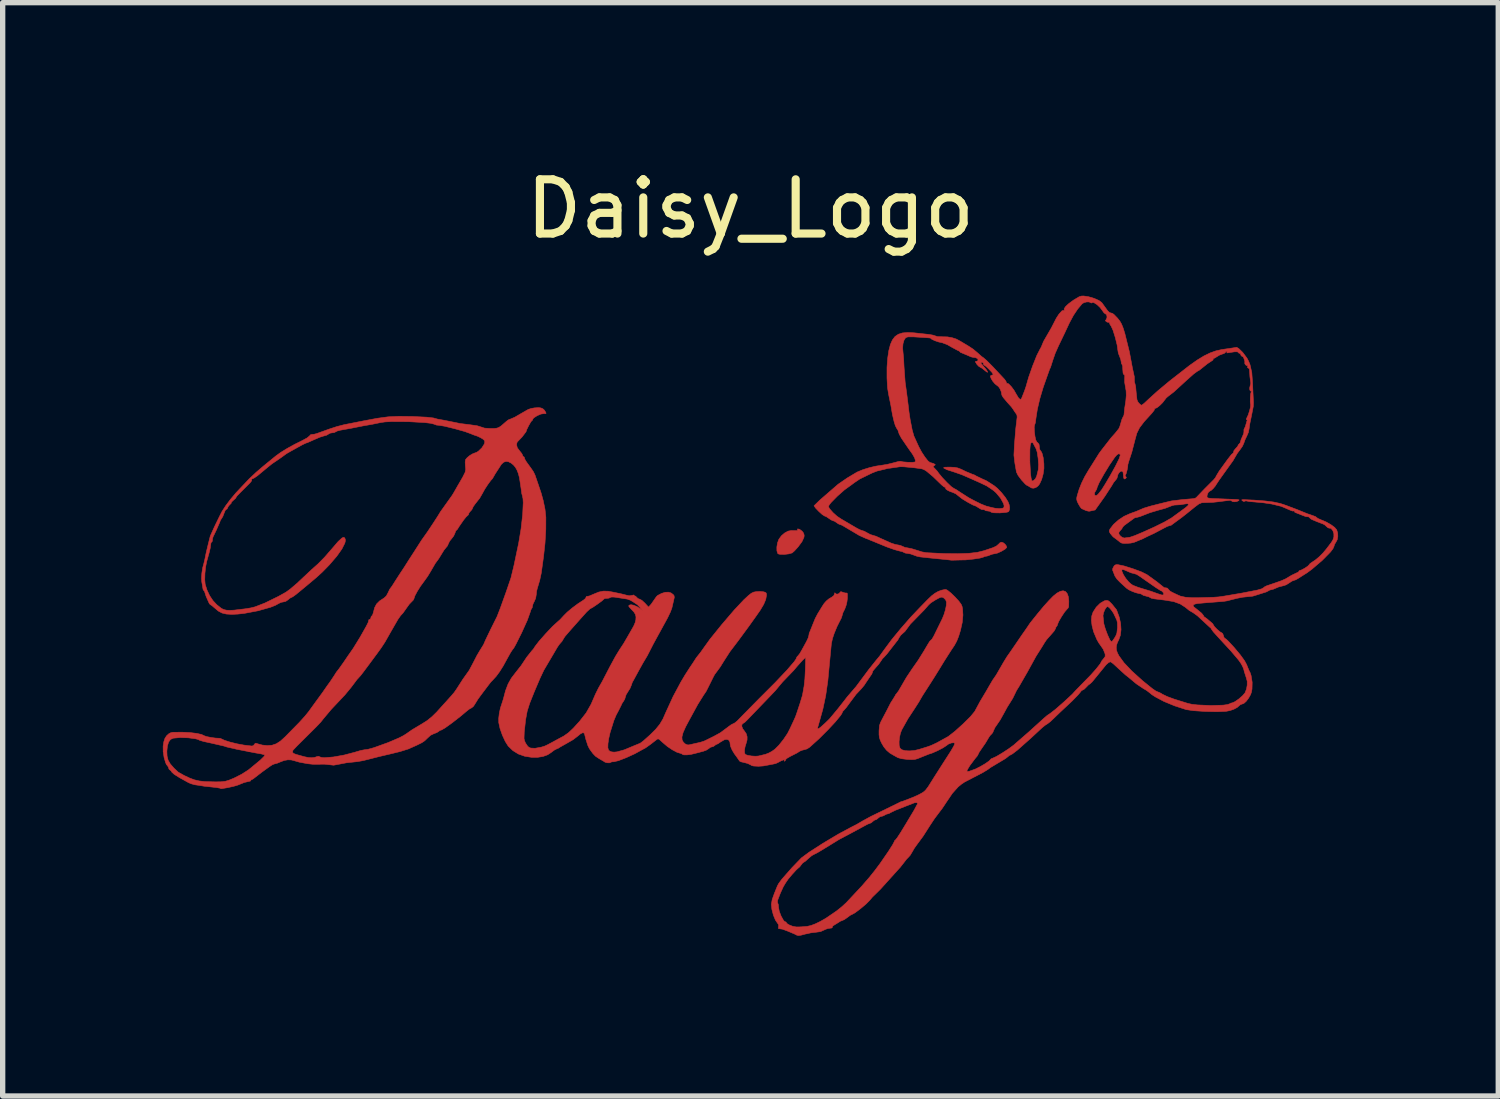
<source format=kicad_pcb>
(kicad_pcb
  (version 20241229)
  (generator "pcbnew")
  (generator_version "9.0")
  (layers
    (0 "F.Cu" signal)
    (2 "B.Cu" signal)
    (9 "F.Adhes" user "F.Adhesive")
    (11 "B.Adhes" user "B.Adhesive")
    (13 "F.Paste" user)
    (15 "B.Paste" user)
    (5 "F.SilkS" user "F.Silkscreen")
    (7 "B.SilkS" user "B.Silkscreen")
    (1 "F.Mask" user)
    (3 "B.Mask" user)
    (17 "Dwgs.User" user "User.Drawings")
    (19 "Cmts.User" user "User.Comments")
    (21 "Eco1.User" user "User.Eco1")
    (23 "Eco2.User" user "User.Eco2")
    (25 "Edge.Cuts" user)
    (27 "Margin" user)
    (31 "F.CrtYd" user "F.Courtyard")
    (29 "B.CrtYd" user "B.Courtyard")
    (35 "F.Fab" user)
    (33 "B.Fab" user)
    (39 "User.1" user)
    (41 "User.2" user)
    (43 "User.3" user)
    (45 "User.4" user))
  (footprint "Daisy_Logo"
    (layer "F.Cu")
    (at 11.005 8.482)
    (property "Reference" "Daisy_Logo" (at 0 -7.62 0) (layer "F.SilkS") (effects (font (size 1.016 1.016) (thickness 0.152))))
    (attr through_hole)
    (fp_poly (pts (xy 8.022 -4.501) (xy 8.034 -4.496) (xy 8.039 -4.484) (xy 8.031 -4.467) (xy 8.014 -4.485) (xy 8.012 -4.497) (xy 8.022 -4.501)) (stroke (width 0.01) (type solid)) (fill yes) (layer "F.Cu"))
    (fp_poly (pts (xy 2.775 -5.206) (xy 2.78 -5.199) (xy 2.762 -5.16) (xy 2.748 -5.145) (xy 2.746 -5.164) (xy 2.751 -5.187) (xy 2.763 -5.203) (xy 2.775 -5.206)) (stroke (width 0.01) (type solid)) (fill yes) (layer "F.Cu"))
    (fp_poly (pts (xy 4.815 -4.271) (xy 4.827 -4.268) (xy 4.843 -4.25) (xy 4.826 -4.243) (xy 4.814 -4.248) (xy 4.81 -4.261) (xy 4.815 -4.271) (xy 4.815 -4.271)) (stroke (width 0.01) (type solid)) (fill yes) (layer "F.Cu"))
    (fp_poly (pts (xy 4.562 -4.462) (xy 4.615 -4.452) (xy 4.632 -4.442) (xy 4.635 -4.432) (xy 4.627 -4.423) (xy 4.616 -4.42) (xy 4.56 -4.434) (xy 4.535 -4.446) (xy 4.535 -4.457) (xy 4.562 -4.462)) (stroke (width 0.01) (type solid)) (fill yes) (layer "F.Cu"))
    (fp_poly (pts (xy 3.883 -5.073) (xy 3.913 -5.069) (xy 3.968 -5.044) (xy 4.029 -5.011) (xy 4.073 -4.979) (xy 4.135 -4.934) (xy 4.156 -4.921) (xy 4.164 -4.905) (xy 4.157 -4.893) (xy 4.139 -4.888) (xy 4.12 -4.892) (xy 4.106 -4.904) (xy 4.008 -4.963) (xy 3.95 -4.996) (xy 3.907 -5.028) (xy 3.883 -5.055) (xy 3.883 -5.073)) (stroke (width 0.01) (type solid)) (fill yes) (layer "F.Cu"))
    (fp_poly (pts (xy 0.882 -1.627) (xy 0.882 -1.611) (xy 0.881 -1.6) (xy 0.861 -1.594) (xy 0.763 -1.596) (xy 0.705 -1.585) (xy 0.64 -1.55) (xy 0.579 -1.497) (xy 0.532 -1.433) (xy 0.507 -1.365) (xy 0.494 -1.287) (xy 0.495 -1.215) (xy 0.512 -1.165) (xy 0.527 -1.156) (xy 0.555 -1.151) (xy 0.634 -1.149) (xy 0.719 -1.159) (xy 0.781 -1.177) (xy 0.827 -1.218) (xy 0.892 -1.29) (xy 0.965 -1.389) (xy 1.001 -1.467) (xy 1.006 -1.499) (xy 1.001 -1.529) (xy 0.988 -1.557) (xy 0.967 -1.584) (xy 0.918 -1.62) (xy 0.882 -1.627) (xy 0.882 -1.627)) (stroke (width 0.01) (type solid)) (fill yes) (layer "F.Cu"))
    (fp_poly (pts (xy -3.968 -3.898) (xy -4.046 -3.893) (xy -4.107 -3.882) (xy -4.162 -3.864) (xy -4.298 -3.786) (xy -4.413 -3.719) (xy -4.489 -3.686) (xy -4.533 -3.669) (xy -4.569 -3.642) (xy -4.668 -3.556) (xy -4.709 -3.529) (xy -4.747 -3.514) (xy -4.796 -3.508) (xy -4.869 -3.507) (xy -4.98 -3.514) (xy -5.041 -3.534) (xy -5.121 -3.559) (xy -5.28 -3.581) (xy -5.437 -3.6) (xy -5.532 -3.62) (xy -5.743 -3.662) (xy -5.865 -3.684) (xy -5.935 -3.704) (xy -6.062 -3.719) (xy -6.333 -3.732) (xy -6.584 -3.735) (xy -6.784 -3.726) (xy -6.991 -3.698) (xy -7.262 -3.647) (xy -7.611 -3.578) (xy -7.747 -3.543) (xy -7.893 -3.495) (xy -8.121 -3.413) (xy -8.173 -3.399) (xy -8.207 -3.397) (xy -8.239 -3.39) (xy -8.256 -3.37) (xy -8.301 -3.332) (xy -8.396 -3.28) (xy -8.538 -3.21) (xy -8.677 -3.133) (xy -8.799 -3.058) (xy -8.89 -2.992) (xy -9.124 -2.801) (xy -9.258 -2.686) (xy -9.39 -2.562) (xy -9.634 -2.304) (xy -9.739 -2.179) (xy -9.828 -2.06) (xy -9.897 -1.953) (xy -9.944 -1.862) (xy -10.04 -1.664) (xy -10.117 -1.493) (xy -10.156 -1.338) (xy -10.192 -1.189) (xy -10.22 -1.051) (xy -10.239 -0.972) (xy -10.259 -0.9) (xy -10.275 -0.797) (xy -10.281 -0.697) (xy -10.276 -0.634) (xy -10.259 -0.535) (xy -10.252 -0.492) (xy -10.237 -0.47) (xy -10.224 -0.457) (xy -10.219 -0.437) (xy -10.196 -0.366) (xy -10.152 -0.265) (xy -10.133 -0.225) (xy -10.116 -0.209) (xy -10.086 -0.19) (xy -10.035 -0.146) (xy -9.966 -0.088) (xy -9.896 -0.051) (xy -9.815 -0.032) (xy -9.712 -0.026) (xy -9.604 -0.031) (xy -9.482 -0.044) (xy -9.223 -0.093) (xy -8.989 -0.159) (xy -8.898 -0.195) (xy -8.835 -0.23) (xy -8.792 -0.251) (xy -8.748 -0.259) (xy -8.703 -0.27) (xy -8.661 -0.299) (xy -8.627 -0.328) (xy -8.604 -0.34) (xy -8.573 -0.355) (xy -8.513 -0.398) (xy -8.342 -0.539) (xy -8.14 -0.708) (xy -8.019 -0.818) (xy -7.886 -0.954) (xy -7.748 -1.115) (xy -7.651 -1.252) (xy -7.597 -1.36) (xy -7.587 -1.401) (xy -7.589 -1.433) (xy -7.598 -1.455) (xy -7.611 -1.467) (xy -7.629 -1.467) (xy -7.653 -1.454) (xy -7.723 -1.389) (xy -7.829 -1.265) (xy -7.977 -1.095) (xy -8.097 -0.973) (xy -8.214 -0.869) (xy -8.49 -0.61) (xy -8.621 -0.498) (xy -8.7 -0.441) (xy -8.838 -0.364) (xy -9.095 -0.238) (xy -9.278 -0.167) (xy -9.359 -0.147) (xy -9.446 -0.132) (xy -9.672 -0.105) (xy -9.751 -0.101) (xy -9.813 -0.104) (xy -9.863 -0.116) (xy -9.908 -0.137) (xy -9.997 -0.208) (xy -10.069 -0.286) (xy -10.131 -0.38) (xy -10.179 -0.483) (xy -10.213 -0.592) (xy -10.22 -0.676) (xy -10.217 -0.793) (xy -10.204 -0.916) (xy -10.184 -1.016) (xy -10.137 -1.185) (xy -10.117 -1.27) (xy -10.109 -1.333) (xy -10.104 -1.365) (xy -10.094 -1.379) (xy -10.083 -1.387) (xy -10.078 -1.408) (xy -10.075 -1.442) (xy -10.065 -1.477) (xy -10.007 -1.597) (xy -9.94 -1.751) (xy -9.926 -1.79) (xy -9.907 -1.818) (xy -9.883 -1.857) (xy -9.859 -1.919) (xy -9.836 -1.974) (xy -9.816 -1.994) (xy -9.802 -2.001) (xy -9.792 -2.023) (xy -9.775 -2.055) (xy -9.747 -2.085) (xy -9.725 -2.106) (xy -9.725 -2.115) (xy -9.718 -2.131) (xy -9.681 -2.166) (xy -9.643 -2.2) (xy -9.635 -2.215) (xy -9.616 -2.244) (xy -9.551 -2.311) (xy -9.369 -2.493) (xy -9.342 -2.528) (xy -9.342 -2.546) (xy -9.343 -2.559) (xy -9.33 -2.564) (xy -9.295 -2.58) (xy -9.231 -2.624) (xy -9.048 -2.776) (xy -8.961 -2.846) (xy -8.872 -2.906) (xy -8.777 -2.972) (xy -8.69 -3.036) (xy -8.597 -3.089) (xy -8.539 -3.121) (xy -8.397 -3.2) (xy -8.328 -3.233) (xy -8.298 -3.242) (xy -8.174 -3.297) (xy -8.068 -3.343) (xy -7.987 -3.368) (xy -7.937 -3.382) (xy -7.904 -3.402) (xy -7.875 -3.419) (xy -7.837 -3.426) (xy -7.799 -3.43) (xy -7.772 -3.443) (xy -7.739 -3.46) (xy -7.687 -3.474) (xy -7.486 -3.51) (xy -7.254 -3.556) (xy -7.083 -3.586) (xy -6.923 -3.619) (xy -6.847 -3.63) (xy -6.725 -3.637) (xy -6.409 -3.635) (xy -6.102 -3.618) (xy -5.992 -3.605) (xy -5.931 -3.59) (xy -5.88 -3.571) (xy -5.835 -3.567) (xy -5.73 -3.55) (xy -5.538 -3.503) (xy -5.349 -3.45) (xy -5.251 -3.414) (xy -5.178 -3.385) (xy -5.115 -3.364) (xy -5.052 -3.334) (xy -5.002 -3.303) (xy -4.978 -3.276) (xy -4.976 -3.249) (xy -4.985 -3.216) (xy -5.03 -3.145) (xy -5.096 -3.081) (xy -5.132 -3.059) (xy -5.167 -3.047) (xy -5.211 -3.029) (xy -5.261 -2.998) (xy -5.306 -2.96) (xy -5.336 -2.924) (xy -5.343 -2.877) (xy -5.339 -2.803) (xy -5.333 -2.741) (xy -5.345 -2.684) (xy -5.389 -2.596) (xy -5.479 -2.441) (xy -5.56 -2.299) (xy -5.591 -2.249) (xy -5.686 -2.116) (xy -5.805 -1.949) (xy -5.862 -1.856) (xy -5.949 -1.722) (xy -6.04 -1.585) (xy -6.099 -1.501) (xy -6.16 -1.415) (xy -6.288 -1.215) (xy -6.407 -1.031) (xy -6.482 -0.912) (xy -6.57 -0.779) (xy -6.644 -0.664) (xy -6.713 -0.555) (xy -6.756 -0.497) (xy -6.791 -0.424) (xy -6.82 -0.371) (xy -6.861 -0.333) (xy -6.946 -0.277) (xy -7.003 -0.22) (xy -7.039 -0.151) (xy -7.063 -0.059) (xy -7.077 -0.015) (xy -7.092 0.004) (xy -7.103 0.013) (xy -7.109 0.037) (xy -7.117 0.061) (xy -7.134 0.07) (xy -7.15 0.077) (xy -7.15 0.095) (xy -7.161 0.128) (xy -7.195 0.196) (xy -7.309 0.398) (xy -7.44 0.611) (xy -7.535 0.747) (xy -7.614 0.864) (xy -7.709 0.998) (xy -7.754 1.055) (xy -7.797 1.123) (xy -7.869 1.231) (xy -7.929 1.314) (xy -8.01 1.431) (xy -8.161 1.638) (xy -8.275 1.796) (xy -8.344 1.881) (xy -8.449 1.997) (xy -8.715 2.268) (xy -8.802 2.347) (xy -8.881 2.398) (xy -8.961 2.425) (xy -9.048 2.431) (xy -9.141 2.422) (xy -9.212 2.403) (xy -9.265 2.387) (xy -9.279 2.394) (xy -9.294 2.413) (xy -9.311 2.433) (xy -9.338 2.44) (xy -9.487 2.422) (xy -9.617 2.398) (xy -9.746 2.366) (xy -9.85 2.333) (xy -9.908 2.306) (xy -9.931 2.296) (xy -9.959 2.294) (xy -10.02 2.291) (xy -10.105 2.279) (xy -10.185 2.263) (xy -10.229 2.248) (xy -10.281 2.223) (xy -10.373 2.203) (xy -10.495 2.188) (xy -10.637 2.181) (xy -10.817 2.182) (xy -10.86 2.192) (xy -10.892 2.209) (xy -10.935 2.248) (xy -10.966 2.296) (xy -10.987 2.36) (xy -11 2.442) (xy -10.999 2.543) (xy -10.982 2.654) (xy -10.954 2.75) (xy -10.938 2.786) (xy -10.92 2.808) (xy -10.903 2.831) (xy -10.896 2.854) (xy -10.889 2.874) (xy -10.872 2.888) (xy -10.852 2.904) (xy -10.839 2.927) (xy -10.793 2.969) (xy -10.693 3.032) (xy -10.529 3.123) (xy -10.479 3.145) (xy -10.413 3.164) (xy -10.219 3.194) (xy -10.219 3.106) (xy -10.322 3.094) (xy -10.414 3.073) (xy -10.505 3.039) (xy -10.607 2.991) (xy -10.716 2.93) (xy -10.797 2.854) (xy -10.866 2.775) (xy -10.907 2.704) (xy -10.926 2.629) (xy -10.93 2.538) (xy -10.92 2.439) (xy -10.897 2.365) (xy -10.861 2.316) (xy -10.812 2.293) (xy -10.68 2.281) (xy -10.529 2.286) (xy -10.394 2.304) (xy -10.345 2.317) (xy -10.314 2.333) (xy -10.24 2.355) (xy -10.087 2.388) (xy -9.861 2.44) (xy -9.81 2.457) (xy -9.614 2.502) (xy -9.281 2.567) (xy -9.156 2.589) (xy -9.096 2.606) (xy -9.098 2.617) (xy -9.114 2.639) (xy -9.181 2.705) (xy -9.402 2.887) (xy -9.529 2.968) (xy -9.673 3.041) (xy -9.765 3.079) (xy -9.834 3.1) (xy -9.908 3.109) (xy -10.014 3.111) (xy -10.219 3.106) (xy -10.219 3.194) (xy -10.157 3.2) (xy -9.997 3.218) (xy -9.925 3.231) (xy -9.92 3.238) (xy -9.907 3.239) (xy -9.785 3.218) (xy -9.678 3.194) (xy -9.598 3.17) (xy -9.481 3.123) (xy -9.391 3.101) (xy -9.368 3.097) (xy -9.358 3.085) (xy -9.353 3.074) (xy -9.341 3.069) (xy -9.315 3.056) (xy -9.274 3.024) (xy -9.151 2.929) (xy -9.01 2.827) (xy -8.952 2.789) (xy -8.911 2.774) (xy -8.866 2.763) (xy -8.799 2.735) (xy -8.732 2.71) (xy -8.665 2.698) (xy -8.601 2.7) (xy -8.543 2.715) (xy -8.445 2.743) (xy -8.293 2.771) (xy -8.191 2.782) (xy -8.081 2.781) (xy -7.976 2.78) (xy -7.885 2.79) (xy -7.807 2.799) (xy -7.74 2.787) (xy -7.568 2.754) (xy -7.355 2.731) (xy -7.25 2.712) (xy -7.142 2.685) (xy -6.954 2.637) (xy -6.784 2.597) (xy -6.784 2.374) (xy -7.053 2.471) (xy -7.162 2.501) (xy -7.236 2.511) (xy -7.302 2.524) (xy -7.413 2.557) (xy -7.611 2.609) (xy -7.813 2.645) (xy -7.978 2.658) (xy -8.034 2.654) (xy -8.065 2.643) (xy -8.09 2.632) (xy -8.119 2.638) (xy -8.166 2.654) (xy -8.22 2.659) (xy -8.282 2.655) (xy -8.354 2.64) (xy -8.507 2.598) (xy -8.551 2.581) (xy -8.574 2.562) (xy -8.578 2.541) (xy -8.565 2.515) (xy -8.493 2.439) (xy -8.13 2.078) (xy -8.046 1.989) (xy -7.998 1.928) (xy -7.85 1.752) (xy -7.593 1.479) (xy -7.481 1.343) (xy -7.368 1.193) (xy -7.302 1.121) (xy -7.251 1.055) (xy -7.112 0.868) (xy -6.989 0.702) (xy -6.916 0.601) (xy -6.844 0.491) (xy -6.741 0.309) (xy -6.603 0.069) (xy -6.553 -0.002) (xy -6.507 -0.052) (xy -6.435 -0.154) (xy -6.388 -0.219) (xy -6.344 -0.264) (xy -6.315 -0.294) (xy -6.302 -0.321) (xy -6.285 -0.373) (xy -6.241 -0.456) (xy -6.181 -0.552) (xy -6.115 -0.642) (xy -6.045 -0.74) (xy -5.988 -0.834) (xy -5.903 -0.981) (xy -5.839 -1.068) (xy -5.782 -1.161) (xy -5.74 -1.229) (xy -5.703 -1.275) (xy -5.675 -1.309) (xy -5.657 -1.351) (xy -5.634 -1.398) (xy -5.596 -1.445) (xy -5.558 -1.495) (xy -5.534 -1.548) (xy -5.521 -1.586) (xy -5.507 -1.602) (xy -5.488 -1.62) (xy -5.461 -1.665) (xy -5.371 -1.795) (xy -5.323 -1.854) (xy -5.292 -1.882) (xy -5.282 -1.892) (xy -5.278 -1.909) (xy -5.267 -1.933) (xy -5.243 -1.96) (xy -5.218 -1.987) (xy -5.207 -2.011) (xy -5.192 -2.044) (xy -5.155 -2.096) (xy -5.071 -2.202) (xy -5.014 -2.302) (xy -4.978 -2.368) (xy -4.922 -2.454) (xy -4.867 -2.53) (xy -4.833 -2.567) (xy -4.82 -2.589) (xy -4.78 -2.659) (xy -4.704 -2.776) (xy -4.664 -2.838) (xy -4.622 -2.876) (xy -4.577 -2.891) (xy -4.531 -2.884) (xy -4.482 -2.859) (xy -4.44 -2.825) (xy -4.404 -2.783) (xy -4.373 -2.729) (xy -4.348 -2.665) (xy -4.327 -2.587) (xy -4.297 -2.389) (xy -4.284 -2.292) (xy -4.269 -2.235) (xy -4.26 -2.191) (xy -4.256 -2.117) (xy -4.266 -1.9) (xy -4.296 -1.632) (xy -4.341 -1.361) (xy -4.428 -0.947) (xy -4.485 -0.711) (xy -4.577 -0.442) (xy -4.686 -0.139) (xy -4.745 0.013) (xy -4.867 0.258) (xy -4.964 0.46) (xy -4.998 0.539) (xy -5.071 0.657) (xy -5.123 0.745) (xy -5.183 0.862) (xy -5.267 1.021) (xy -5.385 1.187) (xy -5.503 1.371) (xy -5.548 1.436) (xy -5.608 1.506) (xy -5.776 1.692) (xy -5.875 1.802) (xy -5.967 1.892) (xy -6.056 1.964) (xy -6.146 2.021) (xy -6.334 2.133) (xy -6.444 2.21) (xy -6.499 2.245) (xy -6.578 2.286) (xy -6.784 2.374) (xy -6.784 2.597) (xy -6.757 2.591) (xy -6.561 2.543) (xy -6.408 2.495) (xy -6.253 2.426) (xy -6.156 2.378) (xy -6.102 2.342) (xy -6.048 2.29) (xy -5.991 2.238) (xy -5.928 2.208) (xy -5.874 2.188) (xy -5.839 2.165) (xy -5.815 2.147) (xy -5.789 2.14) (xy -5.722 2.102) (xy -5.59 2.007) (xy -5.438 1.889) (xy -5.31 1.782) (xy -5.262 1.745) (xy -5.222 1.724) (xy -5.188 1.696) (xy -5.154 1.643) (xy -5.104 1.562) (xy -5.032 1.464) (xy -4.906 1.297) (xy -4.865 1.244) (xy -4.821 1.198) (xy -4.764 1.136) (xy -4.699 1.048) (xy -4.63 0.938) (xy -4.56 0.81) (xy -4.495 0.693) (xy -4.459 0.638) (xy -4.433 0.605) (xy -4.392 0.532) (xy -4.284 0.315) (xy -4.179 0.083) (xy -4.125 -0.068) (xy -4.112 -0.111) (xy -4.099 -0.134) (xy -4.088 -0.151) (xy -4.083 -0.18) (xy -4.072 -0.222) (xy -4.048 -0.27) (xy -4.023 -0.328) (xy -4.012 -0.396) (xy -4.005 -0.462) (xy -3.991 -0.517) (xy -3.947 -0.664) (xy -3.918 -0.799) (xy -3.875 -1.111) (xy -3.848 -1.359) (xy -3.833 -1.616) (xy -3.832 -1.843) (xy -3.848 -1.995) (xy -3.881 -2.155) (xy -3.921 -2.3) (xy -3.973 -2.454) (xy -4.035 -2.635) (xy -4.065 -2.697) (xy -4.098 -2.746) (xy -4.199 -2.886) (xy -4.225 -2.93) (xy -4.233 -2.955) (xy -4.238 -2.972) (xy -4.25 -2.979) (xy -4.262 -2.986) (xy -4.266 -3.003) (xy -4.283 -3.038) (xy -4.323 -3.088) (xy -4.367 -3.146) (xy -4.38 -3.2) (xy -4.375 -3.237) (xy -4.366 -3.256) (xy -4.278 -3.348) (xy -4.204 -3.445) (xy -4.189 -3.489) (xy -4.154 -3.56) (xy -4.117 -3.625) (xy -4.095 -3.654) (xy -4.084 -3.66) (xy -4.079 -3.675) (xy -4.072 -3.691) (xy -4.054 -3.709) (xy -3.995 -3.747) (xy -3.926 -3.777) (xy -3.869 -3.786) (xy -3.83 -3.786) (xy -3.829 -3.796) (xy -3.838 -3.815) (xy -3.86 -3.851) (xy -3.888 -3.876) (xy -3.924 -3.892) (xy -3.968 -3.898) (xy -3.968 -3.898)) (stroke (width 0.01) (type solid)) (fill yes) (layer "F.Cu"))
    (fp_poly (pts (xy 6.238 -5.989) (xy 6.196 -5.987) (xy 6.157 -5.975) (xy 6.051 -5.912) (xy 5.96 -5.845) (xy 5.901 -5.79) (xy 5.875 -5.749) (xy 5.875 -5.734) (xy 5.883 -5.723) (xy 5.894 -5.712) (xy 5.872 -5.717) (xy 5.852 -5.718) (xy 5.832 -5.709) (xy 5.777 -5.648) (xy 5.728 -5.573) (xy 5.692 -5.502) (xy 5.636 -5.393) (xy 5.554 -5.251) (xy 5.491 -5.142) (xy 5.466 -5.083) (xy 5.447 -5.035) (xy 5.422 -4.991) (xy 5.362 -4.873) (xy 5.285 -4.68) (xy 5.21 -4.467) (xy 5.158 -4.285) (xy 5.132 -4.21) (xy 5.097 -4.121) (xy 5.077 -4.071) (xy 5.062 -4.051) (xy 5.041 -4.06) (xy 5.018 -4.082) (xy 4.973 -4.158) (xy 4.936 -4.223) (xy 4.887 -4.289) (xy 4.84 -4.338) (xy 4.822 -4.351) (xy 4.81 -4.352) (xy 4.799 -4.352) (xy 4.795 -4.363) (xy 4.785 -4.39) (xy 4.759 -4.428) (xy 4.539 -4.663) (xy 4.422 -4.781) (xy 4.364 -4.831) (xy 4.327 -4.857) (xy 4.258 -4.919) (xy 4.17 -4.993) (xy 4.087 -5.048) (xy 3.921 -5.147) (xy 3.853 -5.183) (xy 3.774 -5.208) (xy 3.687 -5.223) (xy 3.595 -5.225) (xy 3.503 -5.228) (xy 3.453 -5.244) (xy 3.421 -5.255) (xy 3.349 -5.268) (xy 3.063 -5.299) (xy 2.945 -5.305) (xy 2.848 -5.297) (xy 2.769 -5.272) (xy 2.707 -5.229) (xy 2.658 -5.165) (xy 2.62 -5.078) (xy 2.591 -4.966) (xy 2.57 -4.826) (xy 2.557 -4.651) (xy 2.557 -4.451) (xy 2.567 -4.269) (xy 2.587 -4.147) (xy 2.629 -3.942) (xy 2.658 -3.771) (xy 2.69 -3.636) (xy 2.713 -3.56) (xy 2.74 -3.508) (xy 2.761 -3.477) (xy 2.77 -3.449) (xy 2.785 -3.404) (xy 2.826 -3.328) (xy 2.959 -3.133) (xy 3.03 -3.034) (xy 3.074 -2.958) (xy 3.09 -2.906) (xy 3.087 -2.889) (xy 3.078 -2.879) (xy 3.029 -2.873) (xy 2.944 -2.875) (xy 2.857 -2.882) (xy 2.808 -2.893) (xy 2.764 -2.887) (xy 2.674 -2.863) (xy 2.561 -2.835) (xy 2.461 -2.819) (xy 2.348 -2.802) (xy 2.225 -2.773) (xy 2.104 -2.735) (xy 1.996 -2.69) (xy 1.812 -2.58) (xy 1.642 -2.463) (xy 1.297 -2.164) (xy 1.191 -2.06) (xy 1.217 -2.02) (xy 1.278 -1.956) (xy 1.344 -1.896) (xy 1.386 -1.869) (xy 1.42 -1.856) (xy 1.466 -1.825) (xy 1.512 -1.794) (xy 1.545 -1.78) (xy 1.575 -1.77) (xy 1.612 -1.745) (xy 1.648 -1.72) (xy 1.677 -1.709) (xy 1.717 -1.694) (xy 2.036 -1.505) (xy 2.151 -1.453) (xy 2.266 -1.407) (xy 2.556 -1.288) (xy 2.695 -1.239) (xy 2.786 -1.214) (xy 2.845 -1.2) (xy 2.875 -1.185) (xy 2.898 -1.174) (xy 2.94 -1.168) (xy 3.001 -1.157) (xy 3.07 -1.132) (xy 3.116 -1.115) (xy 3.177 -1.102) (xy 3.372 -1.081) (xy 3.693 -1.049) (xy 3.693 -1.049) (xy 3.767 -1.04) (xy 3.812 -1.041) (xy 3.922 -1.044) (xy 4.03 -1.046) (xy 4.172 -1.061) (xy 4.299 -1.08) (xy 4.364 -1.099) (xy 4.384 -1.11) (xy 4.409 -1.114) (xy 4.444 -1.121) (xy 4.487 -1.138) (xy 4.532 -1.154) (xy 4.57 -1.161) (xy 4.627 -1.174) (xy 4.701 -1.208) (xy 4.767 -1.247) (xy 4.799 -1.278) (xy 4.792 -1.307) (xy 4.768 -1.34) (xy 4.734 -1.367) (xy 4.702 -1.378) (xy 4.673 -1.367) (xy 4.646 -1.34) (xy 4.605 -1.305) (xy 4.544 -1.276) (xy 4.375 -1.219) (xy 4.25 -1.188) (xy 4.088 -1.169) (xy 3.881 -1.162) (xy 3.62 -1.165) (xy 3.297 -1.181) (xy 3.212 -1.196) (xy 3.13 -1.222) (xy 3.02 -1.256) (xy 2.944 -1.271) (xy 2.896 -1.279) (xy 2.851 -1.298) (xy 2.81 -1.316) (xy 2.769 -1.325) (xy 2.713 -1.335) (xy 2.634 -1.361) (xy 2.442 -1.447) (xy 2.351 -1.489) (xy 2.291 -1.507) (xy 2.245 -1.521) (xy 2.187 -1.552) (xy 2.131 -1.583) (xy 2.09 -1.596) (xy 2.045 -1.612) (xy 1.981 -1.646) (xy 1.7 -1.811) (xy 1.623 -1.862) (xy 1.546 -1.931) (xy 1.486 -1.999) (xy 1.468 -2.028) (xy 1.462 -2.049) (xy 1.475 -2.077) (xy 1.51 -2.121) (xy 1.625 -2.238) (xy 1.762 -2.359) (xy 1.876 -2.441) (xy 1.95 -2.496) (xy 2.047 -2.561) (xy 2.278 -2.674) (xy 2.37 -2.71) (xy 2.497 -2.74) (xy 2.576 -2.76) (xy 2.615 -2.764) (xy 2.718 -2.779) (xy 2.801 -2.791) (xy 2.871 -2.79) (xy 3.079 -2.77) (xy 3.214 -2.751) (xy 3.257 -2.733) (xy 3.301 -2.705) (xy 3.422 -2.603) (xy 3.578 -2.452) (xy 3.62 -2.417) (xy 3.642 -2.406) (xy 3.653 -2.402) (xy 3.653 -2.392) (xy 3.659 -2.374) (xy 3.691 -2.35) (xy 3.738 -2.327) (xy 3.791 -2.309) (xy 3.847 -2.283) (xy 3.902 -2.239) (xy 3.966 -2.189) (xy 4.066 -2.128) (xy 4.164 -2.075) (xy 4.225 -2.052) (xy 4.284 -2.015) (xy 4.323 -1.992) (xy 4.353 -1.987) (xy 4.374 -1.988) (xy 4.388 -1.979) (xy 4.409 -1.967) (xy 4.446 -1.962) (xy 4.484 -1.956) (xy 4.505 -1.942) (xy 4.524 -1.934) (xy 4.561 -1.928) (xy 4.67 -1.926) (xy 4.779 -1.935) (xy 4.818 -1.943) (xy 4.837 -1.953) (xy 4.851 -1.988) (xy 4.853 -2.033) (xy 4.844 -2.083) (xy 4.823 -2.136) (xy 4.774 -2.215) (xy 4.702 -2.305) (xy 4.626 -2.385) (xy 4.566 -2.434) (xy 4.468 -2.497) (xy 4.413 -2.531) (xy 4.351 -2.558) (xy 4.234 -2.614) (xy 4.192 -2.638) (xy 4.161 -2.648) (xy 4.035 -2.7) (xy 3.945 -2.744) (xy 3.883 -2.768) (xy 3.824 -2.779) (xy 3.741 -2.784) (xy 3.641 -2.782) (xy 3.62 -2.776) (xy 3.62 -2.766) (xy 3.68 -2.735) (xy 3.82 -2.69) (xy 3.955 -2.643) (xy 4.08 -2.589) (xy 4.298 -2.492) (xy 4.424 -2.432) (xy 4.507 -2.377) (xy 4.555 -2.343) (xy 4.602 -2.301) (xy 4.685 -2.201) (xy 4.739 -2.102) (xy 4.75 -2.061) (xy 4.747 -2.03) (xy 4.737 -2.02) (xy 4.718 -2.013) (xy 4.659 -2.007) (xy 4.584 -2.013) (xy 4.507 -2.03) (xy 4.414 -2.054) (xy 4.314 -2.094) (xy 4.213 -2.144) (xy 4.163 -2.17) (xy 4.088 -2.21) (xy 3.932 -2.31) (xy 3.852 -2.363) (xy 3.809 -2.385) (xy 3.761 -2.418) (xy 3.678 -2.497) (xy 3.591 -2.589) (xy 3.531 -2.662) (xy 3.491 -2.716) (xy 3.451 -2.758) (xy 3.421 -2.789) (xy 3.425 -2.8) (xy 3.441 -2.812) (xy 3.457 -2.824) (xy 3.46 -2.833) (xy 3.426 -2.852) (xy 3.361 -2.871) (xy 3.324 -2.9) (xy 3.268 -2.971) (xy 3.206 -3.065) (xy 3.152 -3.165) (xy 3.06 -3.368) (xy 3.028 -3.482) (xy 2.99 -3.678) (xy 2.969 -3.815) (xy 2.952 -3.959) (xy 2.924 -4.18) (xy 2.897 -4.374) (xy 2.876 -4.663) (xy 2.868 -4.824) (xy 2.857 -4.934) (xy 2.85 -5.013) (xy 2.856 -5.092) (xy 2.875 -5.159) (xy 2.902 -5.202) (xy 2.924 -5.216) (xy 2.953 -5.223) (xy 3.053 -5.223) (xy 3.28 -5.209) (xy 3.354 -5.203) (xy 3.381 -5.197) (xy 3.382 -5.189) (xy 3.397 -5.178) (xy 3.452 -5.152) (xy 3.526 -5.127) (xy 3.592 -5.113) (xy 3.685 -5.078) (xy 3.777 -5.025) (xy 3.865 -4.978) (xy 3.909 -4.957) (xy 3.927 -4.941) (xy 3.933 -4.931) (xy 3.947 -4.927) (xy 4.057 -4.881) (xy 4.129 -4.849) (xy 4.176 -4.838) (xy 4.208 -4.836) (xy 4.236 -4.825) (xy 4.256 -4.809) (xy 4.263 -4.79) (xy 4.255 -4.773) (xy 4.237 -4.767) (xy 4.219 -4.764) (xy 4.211 -4.757) (xy 4.24 -4.709) (xy 4.277 -4.67) (xy 4.337 -4.635) (xy 4.407 -4.58) (xy 4.437 -4.558) (xy 4.439 -4.571) (xy 4.421 -4.603) (xy 4.359 -4.678) (xy 4.315 -4.731) (xy 4.318 -4.744) (xy 4.338 -4.747) (xy 4.356 -4.739) (xy 4.363 -4.721) (xy 4.366 -4.703) (xy 4.375 -4.695) (xy 4.411 -4.671) (xy 4.468 -4.616) (xy 4.522 -4.559) (xy 4.545 -4.524) (xy 4.537 -4.51) (xy 4.519 -4.505) (xy 4.501 -4.499) (xy 4.493 -4.484) (xy 4.506 -4.445) (xy 4.538 -4.392) (xy 4.579 -4.344) (xy 4.614 -4.316) (xy 4.646 -4.291) (xy 4.676 -4.247) (xy 4.697 -4.194) (xy 4.705 -4.146) (xy 4.712 -4.123) (xy 4.734 -4.088) (xy 4.811 -3.996) (xy 4.887 -3.912) (xy 4.918 -3.869) (xy 4.96 -3.805) (xy 4.982 -3.776) (xy 4.992 -3.749) (xy 4.994 -3.717) (xy 4.988 -3.67) (xy 4.968 -3.501) (xy 4.944 -3.205) (xy 4.934 -3.008) (xy 4.952 -2.857) (xy 4.981 -2.692) (xy 5.011 -2.63) (xy 5.075 -2.544) (xy 5.145 -2.468) (xy 5.174 -2.444) (xy 5.195 -2.435) (xy 5.238 -2.408) (xy 5.268 -2.392) (xy 5.302 -2.389) (xy 5.302 -2.532) (xy 5.283 -2.524) (xy 5.269 -2.531) (xy 5.256 -2.577) (xy 5.245 -2.66) (xy 5.232 -2.885) (xy 5.233 -3.108) (xy 5.239 -3.188) (xy 5.25 -3.23) (xy 5.265 -3.245) (xy 5.281 -3.245) (xy 5.296 -3.229) (xy 5.31 -3.2) (xy 5.349 -3.127) (xy 5.37 -3.063) (xy 5.387 -2.95) (xy 5.396 -2.829) (xy 5.391 -2.739) (xy 5.36 -2.613) (xy 5.336 -2.564) (xy 5.302 -2.532) (xy 5.302 -2.389) (xy 5.332 -2.397) (xy 5.362 -2.412) (xy 5.391 -2.437) (xy 5.416 -2.471) (xy 5.453 -2.552) (xy 5.481 -2.653) (xy 5.496 -2.758) (xy 5.495 -2.849) (xy 5.482 -2.962) (xy 5.461 -3.043) (xy 5.443 -3.078) (xy 5.426 -3.099) (xy 5.414 -3.123) (xy 5.41 -3.167) (xy 5.404 -3.211) (xy 5.386 -3.234) (xy 5.363 -3.255) (xy 5.343 -3.292) (xy 5.328 -3.362) (xy 5.317 -3.454) (xy 5.314 -3.535) (xy 5.321 -3.572) (xy 5.335 -3.612) (xy 5.347 -3.702) (xy 5.373 -3.868) (xy 5.419 -4.066) (xy 5.482 -4.277) (xy 5.556 -4.487) (xy 5.604 -4.622) (xy 5.618 -4.647) (xy 5.661 -4.782) (xy 5.707 -4.915) (xy 5.771 -5.059) (xy 5.888 -5.302) (xy 5.972 -5.483) (xy 6.049 -5.626) (xy 6.127 -5.743) (xy 6.212 -5.844) (xy 6.248 -5.865) (xy 6.297 -5.877) (xy 6.343 -5.877) (xy 6.371 -5.863) (xy 6.384 -5.857) (xy 6.402 -5.865) (xy 6.416 -5.868) (xy 6.437 -5.861) (xy 6.491 -5.827) (xy 6.549 -5.772) (xy 6.594 -5.711) (xy 6.622 -5.672) (xy 6.644 -5.656) (xy 6.665 -5.643) (xy 6.676 -5.614) (xy 6.676 -5.58) (xy 6.663 -5.551) (xy 6.647 -5.525) (xy 6.67 -5.505) (xy 6.696 -5.495) (xy 6.714 -5.497) (xy 6.721 -5.497) (xy 6.724 -5.484) (xy 6.732 -5.457) (xy 6.754 -5.425) (xy 6.79 -5.347) (xy 6.832 -5.212) (xy 6.867 -5.07) (xy 6.881 -4.969) (xy 6.889 -4.92) (xy 6.912 -4.86) (xy 6.934 -4.802) (xy 6.943 -4.755) (xy 6.947 -4.725) (xy 6.959 -4.706) (xy 6.97 -4.674) (xy 6.973 -4.611) (xy 6.978 -4.545) (xy 6.984 -4.527) (xy 6.995 -4.517) (xy 7.005 -4.509) (xy 7.01 -4.495) (xy 7.008 -4.443) (xy 7.008 -4.371) (xy 7.022 -4.287) (xy 7.035 -4.213) (xy 7.038 -4.126) (xy 7.029 -4.021) (xy 7.009 -3.891) (xy 6.997 -3.777) (xy 6.995 -3.757) (xy 6.979 -3.726) (xy 6.954 -3.672) (xy 6.932 -3.594) (xy 6.917 -3.544) (xy 6.898 -3.503) (xy 6.832 -3.42) (xy 6.755 -3.334) (xy 6.681 -3.239) (xy 6.586 -3.117) (xy 6.53 -3.042) (xy 6.456 -2.924) (xy 6.329 -2.722) (xy 6.261 -2.606) (xy 6.202 -2.486) (xy 6.154 -2.364) (xy 6.118 -2.245) (xy 6.11 -2.205) (xy 6.111 -2.172) (xy 6.12 -2.139) (xy 6.141 -2.096) (xy 6.175 -2.039) (xy 6.201 -2.007) (xy 6.284 -1.97) (xy 6.326 -1.959) (xy 6.35 -1.958) (xy 6.408 -1.971) (xy 6.455 -1.981) (xy 6.638 -2.238) (xy 6.638 -2.456) (xy 6.577 -2.359) (xy 6.513 -2.278) (xy 6.489 -2.257) (xy 6.47 -2.25) (xy 6.448 -2.258) (xy 6.441 -2.279) (xy 6.447 -2.309) (xy 6.467 -2.342) (xy 6.485 -2.374) (xy 6.493 -2.406) (xy 6.53 -2.492) (xy 6.618 -2.65) (xy 6.726 -2.827) (xy 6.822 -2.967) (xy 6.859 -3.01) (xy 6.889 -3.032) (xy 6.911 -3.032) (xy 6.927 -3.011) (xy 6.905 -2.942) (xy 6.837 -2.804) (xy 6.741 -2.63) (xy 6.638 -2.456) (xy 6.638 -2.238) (xy 6.768 -2.439) (xy 6.801 -2.496) (xy 6.835 -2.537) (xy 6.861 -2.569) (xy 6.872 -2.603) (xy 6.881 -2.642) (xy 6.902 -2.678) (xy 6.929 -2.703) (xy 6.956 -2.709) (xy 6.968 -2.703) (xy 6.977 -2.689) (xy 6.984 -2.64) (xy 6.987 -2.594) (xy 6.995 -2.568) (xy 7.009 -2.561) (xy 7.028 -2.573) (xy 7.04 -2.592) (xy 7.027 -2.608) (xy 7.015 -2.621) (xy 7.022 -2.633) (xy 7.036 -2.663) (xy 7.053 -2.725) (xy 7.065 -2.79) (xy 7.068 -2.832) (xy 7.085 -2.891) (xy 7.142 -3.065) (xy 7.202 -3.296) (xy 7.235 -3.417) (xy 7.286 -3.52) (xy 7.373 -3.635) (xy 7.517 -3.793) (xy 7.559 -3.846) (xy 7.57 -3.875) (xy 7.566 -3.883) (xy 7.576 -3.882) (xy 7.61 -3.895) (xy 7.663 -3.936) (xy 7.718 -3.99) (xy 7.756 -4.04) (xy 7.788 -4.081) (xy 7.826 -4.113) (xy 7.929 -4.192) (xy 8.166 -4.409) (xy 8.3 -4.528) (xy 8.368 -4.578) (xy 8.409 -4.601) (xy 8.478 -4.656) (xy 8.556 -4.719) (xy 8.622 -4.762) (xy 8.66 -4.788) (xy 8.666 -4.8) (xy 8.665 -4.812) (xy 8.661 -4.823) (xy 8.667 -4.821) (xy 8.691 -4.824) (xy 8.732 -4.85) (xy 8.783 -4.881) (xy 8.834 -4.9) (xy 8.872 -4.913) (xy 8.894 -4.931) (xy 8.905 -4.947) (xy 8.919 -4.954) (xy 8.927 -4.948) (xy 8.923 -4.935) (xy 8.922 -4.923) (xy 8.943 -4.925) (xy 9.07 -4.944) (xy 9.118 -4.943) (xy 9.136 -4.933) (xy 9.144 -4.92) (xy 9.162 -4.914) (xy 9.179 -4.91) (xy 9.181 -4.9) (xy 9.182 -4.885) (xy 9.196 -4.866) (xy 9.212 -4.854) (xy 9.22 -4.856) (xy 9.228 -4.849) (xy 9.244 -4.812) (xy 9.258 -4.767) (xy 9.258 -4.74) (xy 9.258 -4.721) (xy 9.272 -4.7) (xy 9.292 -4.685) (xy 9.309 -4.686) (xy 9.315 -4.686) (xy 9.311 -4.668) (xy 9.309 -4.646) (xy 9.324 -4.638) (xy 9.34 -4.629) (xy 9.346 -4.608) (xy 9.354 -4.473) (xy 9.369 -4.364) (xy 9.369 -4.343) (xy 9.359 -4.31) (xy 9.35 -4.27) (xy 9.351 -4.234) (xy 9.361 -4.21) (xy 9.379 -4.207) (xy 9.39 -4.211) (xy 9.378 -4.195) (xy 9.367 -4.154) (xy 9.361 -4.081) (xy 9.36 -4.004) (xy 9.367 -3.95) (xy 9.364 -3.907) (xy 9.346 -3.836) (xy 9.322 -3.761) (xy 9.298 -3.71) (xy 9.285 -3.682) (xy 9.292 -3.672) (xy 9.302 -3.667) (xy 9.301 -3.657) (xy 9.28 -3.586) (xy 9.267 -3.54) (xy 9.251 -3.509) (xy 9.241 -3.485) (xy 9.242 -3.457) (xy 9.238 -3.415) (xy 9.215 -3.36) (xy 9.19 -3.305) (xy 9.179 -3.266) (xy 9.171 -3.24) (xy 9.152 -3.217) (xy 9.135 -3.2) (xy 9.132 -3.189) (xy 9.122 -3.17) (xy 9.088 -3.133) (xy 9.054 -3.092) (xy 9.048 -3.063) (xy 9.053 -3.051) (xy 9.047 -3.053) (xy 9.01 -3.022) (xy 8.937 -2.929) (xy 8.78 -2.712) (xy 8.722 -2.616) (xy 8.711 -2.59) (xy 8.675 -2.547) (xy 8.509 -2.381) (xy 8.352 -2.217) (xy 8.332 -2.202) (xy 8.294 -2.193) (xy 8.091 -2.176) (xy 7.885 -2.151) (xy 7.691 -2.104) (xy 7.494 -2.054) (xy 7.366 -2.015) (xy 7.226 -1.955) (xy 7.104 -1.911) (xy 6.996 -1.862) (xy 6.891 -1.792) (xy 6.8 -1.711) (xy 6.736 -1.628) (xy 6.722 -1.601) (xy 6.72 -1.58) (xy 6.73 -1.556) (xy 6.755 -1.521) (xy 6.791 -1.479) (xy 6.815 -1.461) (xy 6.888 -1.406) (xy 6.924 -1.376) (xy 6.955 -1.36) (xy 6.996 -1.355) (xy 7.059 -1.356) (xy 7.122 -1.361) (xy 7.185 -1.375) (xy 7.347 -1.442) (xy 7.347 -1.564) (xy 7.197 -1.501) (xy 7.106 -1.47) (xy 7 -1.456) (xy 6.966 -1.466) (xy 6.932 -1.49) (xy 6.906 -1.52) (xy 6.896 -1.549) (xy 6.907 -1.574) (xy 6.931 -1.602) (xy 6.956 -1.63) (xy 6.966 -1.654) (xy 6.997 -1.689) (xy 7.069 -1.742) (xy 7.183 -1.825) (xy 7.2 -1.836) (xy 7.227 -1.84) (xy 7.29 -1.856) (xy 7.483 -1.931) (xy 7.655 -1.982) (xy 7.763 -2.011) (xy 7.897 -2.063) (xy 7.937 -2.073) (xy 7.991 -2.076) (xy 8.055 -2.08) (xy 8.121 -2.091) (xy 8.178 -2.099) (xy 8.204 -2.09) (xy 8.195 -2.065) (xy 8.152 -2.027) (xy 8.032 -1.939) (xy 7.884 -1.831) (xy 7.752 -1.755) (xy 7.562 -1.661) (xy 7.347 -1.564) (xy 7.347 -1.442) (xy 7.437 -1.487) (xy 7.558 -1.543) (xy 7.73 -1.634) (xy 7.805 -1.673) (xy 7.853 -1.689) (xy 7.877 -1.694) (xy 7.893 -1.706) (xy 7.967 -1.761) (xy 8.074 -1.839) (xy 8.178 -1.921) (xy 8.325 -2.04) (xy 8.399 -2.095) (xy 8.454 -2.117) (xy 8.659 -2.124) (xy 8.76 -2.135) (xy 8.862 -2.148) (xy 8.967 -2.161) (xy 8.99 -2.163) (xy 9.006 -2.153) (xy 9.029 -2.138) (xy 9.066 -2.134) (xy 9.108 -2.14) (xy 9.144 -2.156) (xy 9.152 -2.169) (xy 9.121 -2.177) (xy 8.875 -2.187) (xy 8.647 -2.196) (xy 8.582 -2.203) (xy 8.555 -2.211) (xy 8.549 -2.239) (xy 8.559 -2.28) (xy 8.578 -2.316) (xy 8.599 -2.332) (xy 8.627 -2.347) (xy 8.667 -2.384) (xy 8.704 -2.428) (xy 8.727 -2.465) (xy 8.78 -2.545) (xy 8.862 -2.66) (xy 8.976 -2.819) (xy 9.036 -2.902) (xy 9.078 -2.974) (xy 9.116 -3.04) (xy 9.167 -3.108) (xy 9.214 -3.175) (xy 9.241 -3.235) (xy 9.262 -3.296) (xy 9.295 -3.365) (xy 9.325 -3.434) (xy 9.338 -3.499) (xy 9.352 -3.597) (xy 9.383 -3.746) (xy 9.417 -3.92) (xy 9.42 -3.987) (xy 9.417 -4.059) (xy 9.402 -4.373) (xy 9.389 -4.554) (xy 9.356 -4.7) (xy 9.331 -4.764) (xy 9.3 -4.823) (xy 9.219 -4.932) (xy 9.146 -5.003) (xy 9.107 -5.027) (xy 8.949 -5.003) (xy 8.829 -4.986) (xy 8.717 -4.961) (xy 8.608 -4.922) (xy 8.493 -4.866) (xy 8.367 -4.789) (xy 8.221 -4.686) (xy 7.843 -4.391) (xy 7.624 -4.208) (xy 7.463 -4.062) (xy 7.372 -3.977) (xy 7.325 -3.942) (xy 7.302 -3.955) (xy 7.27 -3.986) (xy 7.251 -4.014) (xy 7.238 -4.049) (xy 7.224 -4.178) (xy 7.214 -4.289) (xy 7.201 -4.347) (xy 7.191 -4.378) (xy 7.19 -4.424) (xy 7.189 -4.476) (xy 7.179 -4.523) (xy 7.153 -4.642) (xy 7.096 -4.945) (xy 7.011 -5.287) (xy 6.979 -5.39) (xy 6.95 -5.462) (xy 6.918 -5.518) (xy 6.874 -5.574) (xy 6.804 -5.646) (xy 6.776 -5.664) (xy 6.753 -5.67) (xy 6.725 -5.678) (xy 6.693 -5.707) (xy 6.579 -5.865) (xy 6.527 -5.904) (xy 6.437 -5.944) (xy 6.332 -5.975) (xy 6.238 -5.989) (xy 6.238 -5.989)) (stroke (width 0.01) (type solid)) (fill yes) (layer "F.Cu"))
    (fp_poly (pts (xy 9.224 -2.175) (xy 9.2 -2.17) (xy 9.209 -2.156) (xy 9.238 -2.14) (xy 9.261 -2.146) (xy 9.279 -2.153) (xy 9.293 -2.149) (xy 9.345 -2.139) (xy 9.452 -2.13) (xy 9.604 -2.116) (xy 9.76 -2.093) (xy 9.941 -2.049) (xy 10.109 -1.977) (xy 10.153 -1.961) (xy 10.183 -1.962) (xy 10.195 -1.966) (xy 10.191 -1.955) (xy 10.19 -1.947) (xy 10.195 -1.938) (xy 10.226 -1.925) (xy 10.345 -1.878) (xy 10.401 -1.857) (xy 10.435 -1.854) (xy 10.453 -1.853) (xy 10.472 -1.836) (xy 10.494 -1.814) (xy 10.517 -1.801) (xy 10.623 -1.757) (xy 10.725 -1.718) (xy 10.751 -1.705) (xy 10.784 -1.676) (xy 10.816 -1.648) (xy 10.841 -1.64) (xy 10.859 -1.641) (xy 10.877 -1.632) (xy 10.907 -1.594) (xy 10.926 -1.537) (xy 10.926 -1.475) (xy 10.909 -1.423) (xy 10.881 -1.376) (xy 10.785 -1.25) (xy 10.726 -1.179) (xy 10.656 -1.108) (xy 10.582 -1.046) (xy 10.515 -1.001) (xy 10.477 -0.974) (xy 10.461 -0.953) (xy 10.438 -0.929) (xy 10.385 -0.893) (xy 10.327 -0.861) (xy 10.288 -0.847) (xy 10.276 -0.843) (xy 10.271 -0.831) (xy 10.26 -0.817) (xy 10.233 -0.805) (xy 10.134 -0.758) (xy 10.022 -0.691) (xy 9.948 -0.658) (xy 9.842 -0.62) (xy 9.666 -0.56) (xy 9.628 -0.541) (xy 9.611 -0.526) (xy 9.576 -0.505) (xy 9.494 -0.481) (xy 9.201 -0.424) (xy 8.872 -0.368) (xy 8.768 -0.353) (xy 8.668 -0.346) (xy 8.392 -0.338) (xy 8.26 -0.338) (xy 8.146 -0.347) (xy 8.054 -0.367) (xy 7.987 -0.396) (xy 7.895 -0.44) (xy 7.855 -0.464) (xy 7.828 -0.494) (xy 7.808 -0.517) (xy 7.78 -0.523) (xy 7.754 -0.524) (xy 7.737 -0.535) (xy 7.609 -0.638) (xy 7.426 -0.77) (xy 7.324 -0.821) (xy 7.162 -0.881) (xy 6.996 -0.933) (xy 6.881 -0.957) (xy 6.851 -0.957) (xy 6.829 -0.95) (xy 6.813 -0.936) (xy 6.798 -0.912) (xy 6.784 -0.882) (xy 6.783 -0.853) (xy 6.826 -0.743) (xy 6.863 -0.688) (xy 6.923 -0.626) (xy 7.042 -0.517) (xy 7.085 -0.487) (xy 7.148 -0.457) (xy 7.215 -0.432) (xy 7.274 -0.417) (xy 7.274 -0.528) (xy 7.269 -0.529) (xy 7.161 -0.571) (xy 7.121 -0.599) (xy 7.082 -0.635) (xy 7.027 -0.701) (xy 6.983 -0.771) (xy 6.957 -0.831) (xy 6.954 -0.852) (xy 6.958 -0.865) (xy 6.993 -0.862) (xy 7.056 -0.835) (xy 7.128 -0.804) (xy 7.184 -0.79) (xy 7.233 -0.775) (xy 7.288 -0.74) (xy 7.433 -0.639) (xy 7.591 -0.529) (xy 7.681 -0.472) (xy 7.703 -0.463) (xy 7.724 -0.442) (xy 7.739 -0.419) (xy 7.74 -0.401) (xy 7.727 -0.39) (xy 7.706 -0.388) (xy 7.622 -0.415) (xy 7.497 -0.46) (xy 7.274 -0.528) (xy 7.274 -0.417) (xy 7.292 -0.414) (xy 7.317 -0.408) (xy 7.333 -0.397) (xy 7.359 -0.382) (xy 7.409 -0.368) (xy 7.459 -0.355) (xy 7.485 -0.341) (xy 7.507 -0.329) (xy 7.562 -0.317) (xy 7.772 -0.291) (xy 7.927 -0.265) (xy 8.05 -0.22) (xy 8.143 -0.16) (xy 8.217 -0.1) (xy 8.292 -0.056) (xy 8.37 -0.000174) (xy 8.464 0.087) (xy 8.601 0.214) (xy 8.623 0.232) (xy 8.632 0.249) (xy 8.669 0.301) (xy 8.76 0.402) (xy 8.999 0.661) (xy 9.143 0.831) (xy 9.187 0.894) (xy 9.217 0.949) (xy 9.237 0.998) (xy 9.249 1.048) (xy 9.287 1.166) (xy 9.303 1.226) (xy 9.303 1.298) (xy 9.29 1.373) (xy 9.263 1.442) (xy 9.219 1.495) (xy 9.147 1.558) (xy 9.072 1.61) (xy 9.021 1.632) (xy 8.997 1.636) (xy 8.977 1.648) (xy 8.935 1.663) (xy 8.855 1.674) (xy 8.623 1.681) (xy 8.371 1.67) (xy 8.266 1.658) (xy 8.19 1.641) (xy 7.937 1.562) (xy 7.806 1.514) (xy 7.715 1.47) (xy 7.665 1.44) (xy 7.631 1.427) (xy 7.592 1.41) (xy 7.525 1.364) (xy 7.341 1.215) (xy 7.142 1.035) (xy 6.995 0.88) (xy 6.9 0.749) (xy 6.872 0.695) (xy 6.855 0.645) (xy 6.85 0.598) (xy 6.856 0.551) (xy 6.872 0.502) (xy 6.898 0.449) (xy 6.928 0.364) (xy 6.94 0.258) (xy 6.932 0.141) (xy 6.905 0.023) (xy 6.856 -0.111) (xy 6.769 -0.219) (xy 6.725 -0.263) (xy 6.695 -0.284) (xy 6.692 -0.284) (xy 6.692 -0.172) (xy 6.722 -0.15) (xy 6.76 -0.106) (xy 6.797 -0.052) (xy 6.822 -0.001) (xy 6.861 0.082) (xy 6.872 0.132) (xy 6.874 0.219) (xy 6.862 0.326) (xy 6.846 0.368) (xy 6.822 0.411) (xy 6.784 0.467) (xy 6.759 0.489) (xy 6.73 0.45) (xy 6.687 0.356) (xy 6.645 0.244) (xy 6.618 0.15) (xy 6.602 -0.003) (xy 6.613 -0.056) (xy 6.635 -0.112) (xy 6.663 -0.157) (xy 6.689 -0.174) (xy 6.692 -0.172) (xy 6.692 -0.284) (xy 6.662 -0.287) (xy 6.627 -0.279) (xy 6.55 -0.234) (xy 6.476 -0.161) (xy 6.416 -0.068) (xy 6.392 0.004) (xy 6.385 0.088) (xy 6.397 0.185) (xy 6.426 0.299) (xy 6.488 0.446) (xy 6.525 0.511) (xy 6.555 0.552) (xy 6.607 0.628) (xy 6.642 0.716) (xy 6.643 0.764) (xy 6.617 0.799) (xy 6.581 0.843) (xy 6.551 0.899) (xy 6.473 0.998) (xy 6.369 1.115) (xy 6.257 1.229) (xy 6.092 1.398) (xy 6.025 1.471) (xy 5.873 1.612) (xy 5.712 1.753) (xy 5.614 1.829) (xy 5.557 1.867) (xy 5.492 1.923) (xy 5.216 2.173) (xy 4.929 2.423) (xy 4.834 2.493) (xy 4.716 2.57) (xy 4.607 2.635) (xy 4.54 2.666) (xy 4.511 2.677) (xy 4.498 2.689) (xy 4.469 2.72) (xy 4.398 2.77) (xy 4.306 2.824) (xy 4.215 2.87) (xy 4.099 2.912) (xy 4.064 2.917) (xy 4.052 2.909) (xy 4.069 2.871) (xy 4.11 2.804) (xy 4.205 2.677) (xy 4.246 2.628) (xy 4.263 2.597) (xy 4.28 2.561) (xy 4.32 2.501) (xy 4.402 2.382) (xy 4.462 2.281) (xy 4.486 2.245) (xy 4.513 2.218) (xy 4.537 2.189) (xy 4.554 2.148) (xy 4.578 2.095) (xy 4.618 2.037) (xy 4.676 1.952) (xy 4.743 1.832) (xy 4.81 1.709) (xy 4.868 1.617) (xy 4.912 1.546) (xy 4.946 1.476) (xy 4.982 1.401) (xy 5.032 1.321) (xy 5.187 1.052) (xy 5.349 0.757) (xy 5.459 0.584) (xy 5.51 0.5) (xy 5.546 0.447) (xy 5.617 0.367) (xy 5.685 0.289) (xy 5.714 0.239) (xy 5.72 0.216) (xy 5.732 0.2) (xy 5.744 0.185) (xy 5.75 0.163) (xy 5.773 0.107) (xy 5.825 0.017) (xy 5.885 -0.073) (xy 5.932 -0.127) (xy 5.949 -0.145) (xy 5.959 -0.17) (xy 5.962 -0.274) (xy 5.953 -0.357) (xy 5.931 -0.417) (xy 5.899 -0.454) (xy 5.856 -0.468) (xy 5.803 -0.458) (xy 5.74 -0.424) (xy 5.67 -0.367) (xy 5.592 -0.287) (xy 5.495 -0.18) (xy 5.377 -0.038) (xy 5.239 0.134) (xy 5.164 0.245) (xy 5.091 0.349) (xy 4.996 0.488) (xy 4.871 0.671) (xy 4.804 0.766) (xy 4.735 0.879) (xy 4.603 1.108) (xy 4.536 1.205) (xy 4.482 1.297) (xy 4.41 1.422) (xy 4.3 1.606) (xy 4.2 1.792) (xy 4.122 1.887) (xy 3.983 2.025) (xy 3.828 2.165) (xy 3.703 2.262) (xy 3.489 2.38) (xy 3.382 2.43) (xy 3.308 2.456) (xy 3.163 2.501) (xy 3.077 2.522) (xy 2.984 2.531) (xy 2.899 2.527) (xy 2.834 2.509) (xy 2.801 2.48) (xy 2.785 2.431) (xy 2.783 2.359) (xy 2.791 2.279) (xy 2.808 2.201) (xy 2.832 2.138) (xy 2.949 1.929) (xy 3.07 1.745) (xy 3.151 1.619) (xy 3.22 1.499) (xy 3.393 1.23) (xy 3.463 1.119) (xy 3.533 1.006) (xy 3.635 0.839) (xy 3.755 0.651) (xy 3.819 0.556) (xy 3.863 0.475) (xy 3.898 0.387) (xy 3.933 0.274) (xy 3.966 0.126) (xy 3.979 -0.013) (xy 3.972 -0.131) (xy 3.962 -0.178) (xy 3.946 -0.214) (xy 3.901 -0.275) (xy 3.831 -0.351) (xy 3.757 -0.423) (xy 3.695 -0.473) (xy 3.67 -0.488) (xy 3.647 -0.493) (xy 3.576 -0.478) (xy 3.513 -0.454) (xy 3.452 -0.419) (xy 3.391 -0.372) (xy 3.325 -0.309) (xy 3.188 -0.169) (xy 3.005 0.023) (xy 2.818 0.237) (xy 2.646 0.446) (xy 2.511 0.628) (xy 2.417 0.758) (xy 2.352 0.836) (xy 2.215 1.008) (xy 1.979 1.325) (xy 1.809 1.523) (xy 1.76 1.587) (xy 1.638 1.742) (xy 1.515 1.89) (xy 1.48 1.932) (xy 1.401 2.009) (xy 1.319 2.083) (xy 1.275 2.115) (xy 1.26 2.112) (xy 1.258 2.096) (xy 1.291 1.98) (xy 1.356 1.747) (xy 1.409 1.496) (xy 1.449 1.217) (xy 1.479 0.899) (xy 1.515 0.523) (xy 1.536 0.426) (xy 1.567 0.333) (xy 1.62 0.204) (xy 1.669 0.106) (xy 1.701 0.044) (xy 1.715 0.001) (xy 1.732 -0.058) (xy 1.766 -0.126) (xy 1.791 -0.193) (xy 1.807 -0.26) (xy 1.815 -0.329) (xy 1.815 -0.41) (xy 1.809 -0.425) (xy 1.799 -0.426) (xy 1.77 -0.427) (xy 1.733 -0.439) (xy 1.695 -0.451) (xy 1.683 -0.446) (xy 1.673 -0.432) (xy 1.653 -0.413) (xy 1.626 -0.405) (xy 1.601 -0.409) (xy 1.585 -0.426) (xy 1.579 -0.43) (xy 1.575 -0.41) (xy 1.56 -0.376) (xy 1.522 -0.348) (xy 1.468 -0.316) (xy 1.42 -0.276) (xy 1.378 -0.228) (xy 1.341 -0.171) (xy 1.256 -0.032) (xy 1.212 0.053) (xy 1.168 0.161) (xy 1.111 0.303) (xy 1.1 0.327) (xy 1.095 0.362) (xy 1.081 0.415) (xy 1.05 0.481) (xy 0.963 0.64) (xy 0.925 0.706) (xy 0.893 0.747) (xy 0.873 0.767) (xy 0.864 0.784) (xy 0.852 0.813) (xy 0.817 0.863) (xy 0.682 1.02) (xy 0.465 1.249) (xy 0.172 1.542) (xy -0.132 1.851) (xy -0.25 1.972) (xy -0.298 2.01) (xy -0.327 2.024) (xy -0.36 2.04) (xy -0.411 2.077) (xy -0.562 2.19) (xy -0.684 2.257) (xy -0.813 2.321) (xy -0.865 2.346) (xy -0.938 2.37) (xy -1.155 2.419) (xy -1.191 2.416) (xy -1.227 2.397) (xy -1.258 2.366) (xy -1.28 2.327) (xy -1.284 2.271) (xy -1.263 2.19) (xy -1.215 2.081) (xy -1.139 1.939) (xy -0.986 1.659) (xy -0.876 1.483) (xy -0.831 1.417) (xy -0.805 1.366) (xy -0.751 1.258) (xy -0.697 1.149) (xy -0.671 1.1) (xy -0.626 1.04) (xy -0.566 0.958) (xy -0.503 0.856) (xy -0.386 0.674) (xy -0.234 0.474) (xy -0.032 0.199) (xy 0.093 0.024) (xy 0.184 -0.106) (xy 0.248 -0.214) (xy 0.286 -0.305) (xy 0.3 -0.382) (xy 0.299 -0.411) (xy 0.291 -0.429) (xy 0.274 -0.44) (xy 0.242 -0.449) (xy 0.177 -0.455) (xy 0.104 -0.451) (xy 0.058 -0.442) (xy 0.014 -0.42) (xy -0.042 -0.375) (xy -0.125 -0.298) (xy -0.306 -0.105) (xy -0.541 0.17) (xy -0.756 0.436) (xy -0.878 0.606) (xy -0.931 0.681) (xy -1.015 0.787) (xy -1.072 0.876) (xy -1.136 0.971) (xy -1.225 1.109) (xy -1.305 1.244) (xy -1.449 1.513) (xy -1.587 1.814) (xy -1.639 1.933) (xy -1.698 2.032) (xy -1.775 2.127) (xy -1.882 2.233) (xy -2.004 2.342) (xy -2.064 2.387) (xy -2.186 2.437) (xy -2.363 2.511) (xy -2.5 2.549) (xy -2.554 2.554) (xy -2.598 2.55) (xy -2.633 2.538) (xy -2.658 2.516) (xy -2.671 2.472) (xy -2.669 2.397) (xy -2.655 2.301) (xy -2.63 2.191) (xy -2.558 1.961) (xy -2.515 1.859) (xy -2.47 1.775) (xy -2.424 1.683) (xy -2.405 1.641) (xy -2.378 1.601) (xy -2.355 1.562) (xy -2.344 1.524) (xy -2.329 1.478) (xy -2.294 1.421) (xy -2.255 1.359) (xy -2.231 1.3) (xy -2.213 1.247) (xy -2.186 1.199) (xy -2.103 1.046) (xy -2.015 0.887) (xy -1.932 0.748) (xy -1.819 0.527) (xy -1.732 0.368) (xy -1.554 0.043) (xy -1.5 -0.07) (xy -1.472 -0.144) (xy -1.427 -0.34) (xy -1.43 -0.374) (xy -1.447 -0.397) (xy -1.489 -0.428) (xy -1.539 -0.442) (xy -1.598 -0.439) (xy -1.666 -0.418) (xy -1.74 -0.379) (xy -1.763 -0.356) (xy -1.781 -0.33) (xy -1.858 -0.219) (xy -1.909 -0.162) (xy -1.977 -0.236) (xy -2.034 -0.289) (xy -2.077 -0.311) (xy -2.107 -0.322) (xy -2.132 -0.346) (xy -2.152 -0.367) (xy -2.166 -0.37) (xy -2.174 -0.368) (xy -2.177 -0.378) (xy -2.18 -0.386) (xy -2.188 -0.389) (xy -2.223 -0.381) (xy -2.268 -0.374) (xy -2.312 -0.383) (xy -2.423 -0.411) (xy -2.566 -0.441) (xy -2.669 -0.46) (xy -2.757 -0.461) (xy -2.841 -0.444) (xy -2.929 -0.408) (xy -3.016 -0.371) (xy -3.061 -0.362) (xy -3.072 -0.362) (xy -3.078 -0.348) (xy -3.092 -0.322) (xy -3.126 -0.294) (xy -3.233 -0.224) (xy -3.339 -0.145) (xy -3.432 -0.067) (xy -3.498 -0.001) (xy -3.564 0.071) (xy -3.619 0.12) (xy -3.707 0.2) (xy -3.837 0.338) (xy -3.962 0.48) (xy -4.034 0.574) (xy -4.065 0.623) (xy -4.094 0.655) (xy -4.191 0.777) (xy -4.296 0.935) (xy -4.404 1.072) (xy -4.479 1.17) (xy -4.539 1.277) (xy -4.587 1.403) (xy -4.628 1.559) (xy -4.655 1.643) (xy -4.683 1.728) (xy -4.704 1.826) (xy -4.715 1.921) (xy -4.714 2.002) (xy -4.691 2.109) (xy -4.647 2.235) (xy -4.592 2.354) (xy -4.538 2.44) (xy -4.45 2.525) (xy -4.347 2.589) (xy -4.228 2.631) (xy -4.094 2.652) (xy -3.984 2.651) (xy -3.884 2.635) (xy -3.799 2.604) (xy -3.73 2.559) (xy -3.73 2.379) (xy -3.794 2.413) (xy -3.848 2.439) (xy -3.914 2.46) (xy -4.033 2.482) (xy -4.115 2.478) (xy -4.145 2.466) (xy -4.171 2.446) (xy -4.213 2.384) (xy -4.232 2.339) (xy -4.241 2.298) (xy -4.237 2.18) (xy -4.211 1.946) (xy -4.182 1.788) (xy -4.135 1.639) (xy -4.051 1.429) (xy -3.941 1.17) (xy -3.869 1.018) (xy -3.79 0.884) (xy -3.705 0.74) (xy -3.616 0.588) (xy -3.58 0.536) (xy -3.55 0.501) (xy -3.531 0.481) (xy -3.522 0.464) (xy -3.476 0.39) (xy -3.391 0.291) (xy -3.19 0.064) (xy -3.067 -0.073) (xy -3.005 -0.13) (xy -2.956 -0.156) (xy -2.869 -0.215) (xy -2.784 -0.277) (xy -2.742 -0.315) (xy -2.723 -0.324) (xy -2.687 -0.326) (xy -2.65 -0.33) (xy -2.628 -0.342) (xy -2.599 -0.351) (xy -2.546 -0.349) (xy -2.307 -0.312) (xy -2.249 -0.291) (xy -2.2 -0.262) (xy -2.117 -0.207) (xy -2.064 -0.15) (xy -2.023 -0.1) (xy -2.067 -0.134) (xy -2.125 -0.171) (xy -2.186 -0.197) (xy -2.238 -0.207) (xy -2.272 -0.198) (xy -2.279 -0.186) (xy -2.276 -0.171) (xy -2.233 -0.123) (xy -2.184 -0.072) (xy -2.155 -0.026) (xy -2.144 0.022) (xy -2.147 0.078) (xy -2.16 0.13) (xy -2.187 0.193) (xy -2.302 0.394) (xy -2.376 0.521) (xy -2.453 0.638) (xy -2.527 0.759) (xy -2.634 0.956) (xy -2.777 1.232) (xy -2.846 1.353) (xy -2.903 1.468) (xy -2.984 1.655) (xy -3.077 1.819) (xy -3.198 1.974) (xy -3.316 2.104) (xy -3.407 2.19) (xy -3.495 2.252) (xy -3.603 2.31) (xy -3.73 2.379) (xy -3.73 2.559) (xy -3.728 2.557) (xy -3.674 2.516) (xy -3.629 2.493) (xy -3.595 2.479) (xy -3.567 2.46) (xy -3.425 2.38) (xy -3.321 2.32) (xy -3.238 2.256) (xy -3.181 2.209) (xy -3.14 2.19) (xy -3.121 2.195) (xy -3.108 2.212) (xy -3.084 2.311) (xy -3.046 2.429) (xy -3.019 2.485) (xy -2.998 2.516) (xy -2.95 2.581) (xy -2.901 2.632) (xy -2.834 2.676) (xy -2.748 2.726) (xy -2.724 2.742) (xy -2.684 2.753) (xy -2.644 2.755) (xy -2.622 2.747) (xy -2.597 2.736) (xy -2.556 2.734) (xy -2.47 2.713) (xy -2.325 2.657) (xy -2.166 2.584) (xy -2.037 2.513) (xy -1.966 2.475) (xy -1.868 2.405) (xy -1.751 2.314) (xy -1.733 2.306) (xy -1.712 2.312) (xy -1.634 2.382) (xy -1.556 2.448) (xy -1.464 2.51) (xy -1.376 2.557) (xy -1.314 2.576) (xy -1.292 2.582) (xy -1.277 2.594) (xy -1.249 2.605) (xy -1.192 2.606) (xy -1.117 2.597) (xy -1.036 2.578) (xy -0.884 2.538) (xy -0.825 2.516) (xy -0.782 2.488) (xy -0.751 2.464) (xy -0.721 2.455) (xy -0.694 2.448) (xy -0.67 2.431) (xy -0.65 2.414) (xy -0.632 2.407) (xy -0.605 2.395) (xy -0.564 2.366) (xy -0.492 2.324) (xy -0.461 2.316) (xy -0.434 2.317) (xy -0.411 2.326) (xy -0.395 2.344) (xy -0.384 2.37) (xy -0.381 2.404) (xy -0.371 2.45) (xy -0.344 2.513) (xy -0.303 2.582) (xy -0.256 2.646) (xy -0.203 2.722) (xy -0.179 2.735) (xy -0.122 2.748) (xy -0.053 2.766) (xy -0.000238 2.791) (xy 0.025 2.806) (xy 0.056 2.814) (xy 0.15 2.819) (xy 0.24 2.813) (xy 0.3 2.802) (xy 0.341 2.794) (xy 0.341 2.572) (xy 0.282 2.595) (xy 0.282 2.595) (xy 0.148 2.627) (xy 0.092 2.631) (xy 0.018 2.626) (xy -0.052 2.614) (xy -0.096 2.599) (xy -0.11 2.571) (xy -0.112 2.52) (xy -0.102 2.456) (xy -0.082 2.392) (xy -0.064 2.327) (xy -0.063 2.266) (xy -0.079 2.21) (xy -0.111 2.162) (xy -0.145 2.117) (xy -0.162 2.073) (xy -0.161 2.038) (xy -0.14 2.017) (xy -0.105 1.994) (xy -0.065 1.955) (xy 0.342 1.532) (xy 0.464 1.404) (xy 0.537 1.316) (xy 0.602 1.239) (xy 0.703 1.134) (xy 0.806 1.027) (xy 0.877 0.943) (xy 0.98 0.828) (xy 1.034 0.779) (xy 1.028 0.999) (xy 1.019 1.183) (xy 1.004 1.32) (xy 0.974 1.488) (xy 0.928 1.64) (xy 0.873 1.806) (xy 0.843 1.892) (xy 0.802 1.982) (xy 0.738 2.119) (xy 0.694 2.205) (xy 0.619 2.316) (xy 0.533 2.424) (xy 0.456 2.501) (xy 0.399 2.541) (xy 0.341 2.572) (xy 0.341 2.794) (xy 0.411 2.781) (xy 0.468 2.769) (xy 0.508 2.752) (xy 0.577 2.715) (xy 0.64 2.693) (xy 0.636 2.713) (xy 0.632 2.724) (xy 0.643 2.72) (xy 0.655 2.708) (xy 0.656 2.696) (xy 0.679 2.672) (xy 0.743 2.635) (xy 0.871 2.57) (xy 0.924 2.536) (xy 0.961 2.52) (xy 1.016 2.506) (xy 1.058 2.494) (xy 1.108 2.462) (xy 1.283 2.304) (xy 1.449 2.138) (xy 1.589 1.988) (xy 1.685 1.871) (xy 1.711 1.832) (xy 1.721 1.807) (xy 1.73 1.789) (xy 1.75 1.769) (xy 1.794 1.719) (xy 1.859 1.63) (xy 1.978 1.471) (xy 2.077 1.366) (xy 2.129 1.303) (xy 2.17 1.241) (xy 2.243 1.133) (xy 2.271 1.093) (xy 2.283 1.063) (xy 2.289 1.041) (xy 2.305 1.018) (xy 2.402 0.907) (xy 2.458 0.826) (xy 2.471 0.805) (xy 2.501 0.776) (xy 2.556 0.715) (xy 2.632 0.617) (xy 2.738 0.481) (xy 2.758 0.457) (xy 2.781 0.414) (xy 2.813 0.366) (xy 2.852 0.33) (xy 2.892 0.295) (xy 2.925 0.25) (xy 2.994 0.157) (xy 3.254 -0.109) (xy 3.338 -0.205) (xy 3.381 -0.244) (xy 3.465 -0.297) (xy 3.529 -0.332) (xy 3.568 -0.348) (xy 3.595 -0.347) (xy 3.622 -0.332) (xy 3.655 -0.299) (xy 3.671 -0.256) (xy 3.668 -0.195) (xy 3.652 -0.114) (xy 3.626 -0.027) (xy 3.594 0.053) (xy 3.435 0.377) (xy 3.4 0.438) (xy 3.382 0.455) (xy 3.358 0.478) (xy 3.323 0.534) (xy 3.247 0.663) (xy 3.141 0.833) (xy 3.024 1) (xy 2.92 1.156) (xy 2.775 1.406) (xy 2.727 1.47) (xy 2.717 1.479) (xy 2.713 1.492) (xy 2.669 1.564) (xy 2.624 1.635) (xy 2.554 1.773) (xy 2.471 1.93) (xy 2.435 2) (xy 2.416 2.057) (xy 2.408 2.157) (xy 2.408 2.225) (xy 2.414 2.277) (xy 2.429 2.326) (xy 2.455 2.383) (xy 2.498 2.456) (xy 2.55 2.52) (xy 2.611 2.572) (xy 2.677 2.611) (xy 2.762 2.658) (xy 2.829 2.677) (xy 2.939 2.691) (xy 3.02 2.694) (xy 3.078 2.691) (xy 3.133 2.675) (xy 3.204 2.646) (xy 3.339 2.592) (xy 3.401 2.572) (xy 3.504 2.527) (xy 3.605 2.474) (xy 3.663 2.436) (xy 3.708 2.403) (xy 3.762 2.382) (xy 3.808 2.378) (xy 3.822 2.384) (xy 3.827 2.396) (xy 3.808 2.44) (xy 3.756 2.53) (xy 3.572 2.817) (xy 3.438 3.027) (xy 3.327 3.204) (xy 3.281 3.264) (xy 3.251 3.293) (xy 3.21 3.32) (xy 3.155 3.35) (xy 3.047 3.399) (xy 2.858 3.472) (xy 2.814 3.485) (xy 2.781 3.502) (xy 2.48 3.649) (xy 2.256 3.758) (xy 2.102 3.842) (xy 1.991 3.907) (xy 1.87 3.969) (xy 1.65 4.087) (xy 1.36 4.26) (xy 1.096 4.43) (xy 0.953 4.536) (xy 0.775 4.721) (xy 0.588 4.934) (xy 0.526 5.018) (xy 0.502 5.065) (xy 0.447 5.202) (xy 0.407 5.313) (xy 0.391 5.404) (xy 0.401 5.499) (xy 0.429 5.606) (xy 0.468 5.701) (xy 0.51 5.762) (xy 0.527 5.789) (xy 0.525 5.825) (xy 0.523 5.857) (xy 0.545 5.862) (xy 0.6 5.87) (xy 0.707 5.91) (xy 0.833 5.964) (xy 0.833 5.964) (xy 0.869 5.983) (xy 0.902 5.989) (xy 0.949 5.982) (xy 1.024 5.962) (xy 1.129 5.939) (xy 1.229 5.927) (xy 1.313 5.915) (xy 1.376 5.887) (xy 1.413 5.87) (xy 1.413 5.665) (xy 1.312 5.723) (xy 1.218 5.769) (xy 1.134 5.801) (xy 1.063 5.817) (xy 0.943 5.827) (xy 0.856 5.828) (xy 0.788 5.815) (xy 0.725 5.79) (xy 0.687 5.767) (xy 0.671 5.747) (xy 0.665 5.736) (xy 0.65 5.731) (xy 0.634 5.722) (xy 0.615 5.699) (xy 0.573 5.623) (xy 0.539 5.535) (xy 0.526 5.462) (xy 0.521 5.409) (xy 0.509 5.376) (xy 0.504 5.359) (xy 0.51 5.325) (xy 0.558 5.2) (xy 0.612 5.081) (xy 0.649 5.017) (xy 0.674 4.979) (xy 0.707 4.931) (xy 0.782 4.842) (xy 0.86 4.757) (xy 0.902 4.719) (xy 0.921 4.704) (xy 0.947 4.669) (xy 0.974 4.634) (xy 0.994 4.619) (xy 1.027 4.598) (xy 1.086 4.545) (xy 1.147 4.493) (xy 1.185 4.472) (xy 1.263 4.432) (xy 1.419 4.338) (xy 1.656 4.192) (xy 1.914 4.055) (xy 2.115 3.946) (xy 2.193 3.904) (xy 2.237 3.887) (xy 2.26 3.878) (xy 2.288 3.855) (xy 2.317 3.831) (xy 2.34 3.822) (xy 2.364 3.813) (xy 2.392 3.789) (xy 2.422 3.766) (xy 2.451 3.757) (xy 2.481 3.75) (xy 2.513 3.734) (xy 2.544 3.717) (xy 2.571 3.71) (xy 2.596 3.703) (xy 2.622 3.688) (xy 2.709 3.645) (xy 2.881 3.577) (xy 3.07 3.503) (xy 3.111 3.499) (xy 3.134 3.512) (xy 3.062 3.646) (xy 2.915 3.891) (xy 2.811 4.062) (xy 2.745 4.163) (xy 2.71 4.205) (xy 2.699 4.211) (xy 2.695 4.227) (xy 2.663 4.288) (xy 2.587 4.408) (xy 2.428 4.639) (xy 2.327 4.774) (xy 2.227 4.899) (xy 2.083 5.065) (xy 1.792 5.376) (xy 1.706 5.454) (xy 1.612 5.529) (xy 1.413 5.665) (xy 1.413 5.87) (xy 1.449 5.858) (xy 1.481 5.853) (xy 1.521 5.848) (xy 1.531 5.84) (xy 1.534 5.829) (xy 1.539 5.812) (xy 1.55 5.804) (xy 1.63 5.755) (xy 1.683 5.721) (xy 1.72 5.707) (xy 1.758 5.69) (xy 1.815 5.65) (xy 1.87 5.609) (xy 1.904 5.593) (xy 1.962 5.56) (xy 2.063 5.484) (xy 2.167 5.396) (xy 2.233 5.329) (xy 2.284 5.268) (xy 2.35 5.204) (xy 2.436 5.119) (xy 2.538 5.006) (xy 2.732 4.791) (xy 2.807 4.708) (xy 2.872 4.625) (xy 2.922 4.56) (xy 2.96 4.521) (xy 2.991 4.486) (xy 3.026 4.428) (xy 3.068 4.355) (xy 3.12 4.282) (xy 3.231 4.132) (xy 3.364 3.924) (xy 3.449 3.796) (xy 3.522 3.699) (xy 3.592 3.607) (xy 3.669 3.491) (xy 3.78 3.327) (xy 3.888 3.206) (xy 3.947 3.157) (xy 4.01 3.114) (xy 4.159 3.037) (xy 4.356 2.934) (xy 4.446 2.879) (xy 4.494 2.843) (xy 4.658 2.745) (xy 4.772 2.677) (xy 4.827 2.635) (xy 4.842 2.619) (xy 4.858 2.613) (xy 4.907 2.586) (xy 5 2.515) (xy 5.248 2.295) (xy 5.459 2.099) (xy 5.521 2.049) (xy 5.564 2.022) (xy 5.616 1.982) (xy 5.692 1.91) (xy 5.807 1.799) (xy 6.023 1.597) (xy 6.134 1.483) (xy 6.185 1.422) (xy 6.2 1.401) (xy 6.22 1.392) (xy 6.251 1.375) (xy 6.292 1.334) (xy 6.332 1.293) (xy 6.358 1.276) (xy 6.398 1.239) (xy 6.471 1.15) (xy 6.661 0.917) (xy 6.71 0.874) (xy 6.744 0.862) (xy 6.794 0.898) (xy 6.888 0.985) (xy 7.022 1.107) (xy 7.069 1.143) (xy 7.227 1.275) (xy 7.361 1.365) (xy 7.418 1.398) (xy 7.465 1.434) (xy 7.516 1.476) (xy 7.58 1.518) (xy 7.744 1.605) (xy 7.943 1.687) (xy 8.161 1.758) (xy 8.299 1.778) (xy 8.511 1.792) (xy 8.734 1.797) (xy 8.907 1.79) (xy 8.982 1.775) (xy 9.054 1.75) (xy 9.114 1.718) (xy 9.153 1.684) (xy 9.178 1.663) (xy 9.206 1.654) (xy 9.242 1.64) (xy 9.285 1.601) (xy 9.329 1.543) (xy 9.367 1.475) (xy 9.383 1.428) (xy 9.393 1.372) (xy 9.396 1.246) (xy 9.376 1.121) (xy 9.358 1.066) (xy 9.334 1.019) (xy 9.31 0.96) (xy 9.293 0.917) (xy 9.253 0.842) (xy 9.174 0.733) (xy 9.058 0.594) (xy 8.948 0.475) (xy 8.908 0.438) (xy 8.886 0.424) (xy 8.87 0.409) (xy 8.858 0.373) (xy 8.845 0.336) (xy 8.828 0.321) (xy 8.792 0.3) (xy 8.738 0.254) (xy 8.689 0.203) (xy 8.668 0.169) (xy 8.656 0.148) (xy 8.626 0.122) (xy 8.551 0.058) (xy 8.504 0.024) (xy 8.491 0.015) (xy 8.482 -0.007) (xy 8.449 -0.048) (xy 8.381 -0.104) (xy 8.302 -0.167) (xy 8.29 -0.189) (xy 8.298 -0.207) (xy 8.327 -0.22) (xy 8.378 -0.23) (xy 8.551 -0.245) (xy 8.86 -0.269) (xy 8.93 -0.28) (xy 8.99 -0.296) (xy 9.11 -0.326) (xy 9.216 -0.347) (xy 9.348 -0.361) (xy 9.408 -0.367) (xy 9.461 -0.383) (xy 9.593 -0.425) (xy 9.658 -0.445) (xy 9.699 -0.466) (xy 9.724 -0.481) (xy 9.752 -0.487) (xy 9.794 -0.498) (xy 9.89 -0.539) (xy 9.995 -0.566) (xy 10.034 -0.58) (xy 10.088 -0.614) (xy 10.141 -0.649) (xy 10.178 -0.663) (xy 10.211 -0.673) (xy 10.257 -0.699) (xy 10.34 -0.752) (xy 10.424 -0.805) (xy 10.517 -0.874) (xy 10.709 -1.038) (xy 10.864 -1.196) (xy 10.91 -1.258) (xy 10.928 -1.299) (xy 10.939 -1.337) (xy 10.964 -1.377) (xy 10.989 -1.425) (xy 11 -1.486) (xy 10.997 -1.55) (xy 10.979 -1.609) (xy 10.94 -1.655) (xy 10.87 -1.706) (xy 10.78 -1.757) (xy 10.682 -1.798) (xy 10.626 -1.823) (xy 10.602 -1.841) (xy 10.582 -1.857) (xy 10.531 -1.876) (xy 10.426 -1.912) (xy 10.266 -1.977) (xy 10.03 -2.067) (xy 9.922 -2.103) (xy 9.797 -2.13) (xy 9.639 -2.15) (xy 9.431 -2.166) (xy 9.224 -2.175) (xy 9.224 -2.175)) (stroke (width 0.01) (type solid)) (fill yes) (layer "F.Cu"))
    (fp_poly (pts (xy 8.022 -4.501) (xy 8.034 -4.496) (xy 8.039 -4.484) (xy 8.031 -4.467) (xy 8.014 -4.485) (xy 8.012 -4.497) (xy 8.022 -4.501)) (stroke (width 0.01) (type solid)) (fill yes) (layer "F.Mask"))
    (fp_poly (pts (xy 2.775 -5.206) (xy 2.78 -5.199) (xy 2.762 -5.16) (xy 2.748 -5.145) (xy 2.746 -5.164) (xy 2.751 -5.187) (xy 2.763 -5.203) (xy 2.775 -5.206)) (stroke (width 0.01) (type solid)) (fill yes) (layer "F.Mask"))
    (fp_poly (pts (xy 4.815 -4.271) (xy 4.827 -4.268) (xy 4.843 -4.25) (xy 4.826 -4.243) (xy 4.814 -4.248) (xy 4.81 -4.261) (xy 4.815 -4.271) (xy 4.815 -4.271)) (stroke (width 0.01) (type solid)) (fill yes) (layer "F.Mask"))
    (fp_poly (pts (xy 4.562 -4.462) (xy 4.615 -4.452) (xy 4.632 -4.442) (xy 4.635 -4.432) (xy 4.627 -4.423) (xy 4.616 -4.42) (xy 4.56 -4.434) (xy 4.535 -4.446) (xy 4.535 -4.457) (xy 4.562 -4.462)) (stroke (width 0.01) (type solid)) (fill yes) (layer "F.Mask"))
    (fp_poly (pts (xy 3.883 -5.073) (xy 3.913 -5.069) (xy 3.968 -5.044) (xy 4.029 -5.011) (xy 4.073 -4.979) (xy 4.135 -4.934) (xy 4.156 -4.921) (xy 4.164 -4.905) (xy 4.157 -4.893) (xy 4.139 -4.888) (xy 4.12 -4.892) (xy 4.106 -4.904) (xy 4.008 -4.963) (xy 3.95 -4.996) (xy 3.907 -5.028) (xy 3.883 -5.055) (xy 3.883 -5.073)) (stroke (width 0.01) (type solid)) (fill yes) (layer "F.Mask"))
    (fp_poly (pts (xy 0.882 -1.627) (xy 0.882 -1.611) (xy 0.881 -1.6) (xy 0.861 -1.594) (xy 0.763 -1.596) (xy 0.705 -1.585) (xy 0.64 -1.55) (xy 0.579 -1.497) (xy 0.532 -1.433) (xy 0.507 -1.365) (xy 0.494 -1.287) (xy 0.495 -1.215) (xy 0.512 -1.165) (xy 0.527 -1.156) (xy 0.555 -1.151) (xy 0.634 -1.149) (xy 0.719 -1.159) (xy 0.781 -1.177) (xy 0.827 -1.218) (xy 0.892 -1.29) (xy 0.965 -1.389) (xy 1.001 -1.467) (xy 1.006 -1.499) (xy 1.001 -1.529) (xy 0.988 -1.557) (xy 0.967 -1.584) (xy 0.918 -1.62) (xy 0.882 -1.627) (xy 0.882 -1.627)) (stroke (width 0.01) (type solid)) (fill yes) (layer "F.Mask"))
    (fp_poly (pts (xy -3.968 -3.898) (xy -4.046 -3.893) (xy -4.107 -3.882) (xy -4.162 -3.864) (xy -4.298 -3.786) (xy -4.413 -3.719) (xy -4.489 -3.686) (xy -4.533 -3.669) (xy -4.569 -3.642) (xy -4.668 -3.556) (xy -4.709 -3.529) (xy -4.747 -3.514) (xy -4.796 -3.508) (xy -4.869 -3.507) (xy -4.98 -3.514) (xy -5.041 -3.534) (xy -5.121 -3.559) (xy -5.28 -3.581) (xy -5.437 -3.6) (xy -5.532 -3.62) (xy -5.743 -3.662) (xy -5.865 -3.684) (xy -5.935 -3.704) (xy -6.062 -3.719) (xy -6.333 -3.732) (xy -6.584 -3.735) (xy -6.784 -3.726) (xy -6.991 -3.698) (xy -7.262 -3.647) (xy -7.611 -3.578) (xy -7.747 -3.543) (xy -7.893 -3.495) (xy -8.121 -3.413) (xy -8.173 -3.399) (xy -8.207 -3.397) (xy -8.239 -3.39) (xy -8.256 -3.37) (xy -8.301 -3.332) (xy -8.396 -3.28) (xy -8.538 -3.21) (xy -8.677 -3.133) (xy -8.799 -3.058) (xy -8.89 -2.992) (xy -9.124 -2.801) (xy -9.258 -2.686) (xy -9.39 -2.562) (xy -9.634 -2.304) (xy -9.739 -2.179) (xy -9.828 -2.06) (xy -9.897 -1.953) (xy -9.944 -1.862) (xy -10.04 -1.664) (xy -10.117 -1.493) (xy -10.156 -1.338) (xy -10.192 -1.189) (xy -10.22 -1.051) (xy -10.239 -0.972) (xy -10.259 -0.9) (xy -10.275 -0.797) (xy -10.281 -0.697) (xy -10.276 -0.634) (xy -10.259 -0.535) (xy -10.252 -0.492) (xy -10.237 -0.47) (xy -10.224 -0.457) (xy -10.219 -0.437) (xy -10.196 -0.366) (xy -10.152 -0.265) (xy -10.133 -0.225) (xy -10.116 -0.209) (xy -10.086 -0.19) (xy -10.035 -0.146) (xy -9.966 -0.088) (xy -9.896 -0.051) (xy -9.815 -0.032) (xy -9.712 -0.026) (xy -9.604 -0.031) (xy -9.482 -0.044) (xy -9.223 -0.093) (xy -8.989 -0.159) (xy -8.898 -0.195) (xy -8.835 -0.23) (xy -8.792 -0.251) (xy -8.748 -0.259) (xy -8.703 -0.27) (xy -8.661 -0.299) (xy -8.627 -0.328) (xy -8.604 -0.34) (xy -8.573 -0.355) (xy -8.513 -0.398) (xy -8.342 -0.539) (xy -8.14 -0.708) (xy -8.019 -0.818) (xy -7.886 -0.954) (xy -7.748 -1.115) (xy -7.651 -1.252) (xy -7.597 -1.36) (xy -7.587 -1.401) (xy -7.589 -1.433) (xy -7.598 -1.455) (xy -7.611 -1.467) (xy -7.629 -1.467) (xy -7.653 -1.454) (xy -7.723 -1.389) (xy -7.829 -1.265) (xy -7.977 -1.095) (xy -8.097 -0.973) (xy -8.214 -0.869) (xy -8.49 -0.61) (xy -8.621 -0.498) (xy -8.7 -0.441) (xy -8.838 -0.364) (xy -9.095 -0.238) (xy -9.278 -0.167) (xy -9.359 -0.147) (xy -9.446 -0.132) (xy -9.672 -0.105) (xy -9.751 -0.101) (xy -9.813 -0.104) (xy -9.863 -0.116) (xy -9.908 -0.137) (xy -9.997 -0.208) (xy -10.069 -0.286) (xy -10.131 -0.38) (xy -10.179 -0.483) (xy -10.213 -0.592) (xy -10.22 -0.676) (xy -10.217 -0.793) (xy -10.204 -0.916) (xy -10.184 -1.016) (xy -10.137 -1.185) (xy -10.117 -1.27) (xy -10.109 -1.333) (xy -10.104 -1.365) (xy -10.094 -1.379) (xy -10.083 -1.387) (xy -10.078 -1.408) (xy -10.075 -1.442) (xy -10.065 -1.477) (xy -10.007 -1.597) (xy -9.94 -1.751) (xy -9.926 -1.79) (xy -9.907 -1.818) (xy -9.883 -1.857) (xy -9.859 -1.919) (xy -9.836 -1.974) (xy -9.816 -1.994) (xy -9.802 -2.001) (xy -9.792 -2.023) (xy -9.775 -2.055) (xy -9.747 -2.085) (xy -9.725 -2.106) (xy -9.725 -2.115) (xy -9.718 -2.131) (xy -9.681 -2.166) (xy -9.643 -2.2) (xy -9.635 -2.215) (xy -9.616 -2.244) (xy -9.551 -2.311) (xy -9.369 -2.493) (xy -9.342 -2.528) (xy -9.342 -2.546) (xy -9.343 -2.559) (xy -9.33 -2.564) (xy -9.295 -2.58) (xy -9.231 -2.624) (xy -9.048 -2.776) (xy -8.961 -2.846) (xy -8.872 -2.906) (xy -8.777 -2.972) (xy -8.69 -3.036) (xy -8.597 -3.089) (xy -8.539 -3.121) (xy -8.397 -3.2) (xy -8.328 -3.233) (xy -8.298 -3.242) (xy -8.174 -3.297) (xy -8.068 -3.343) (xy -7.987 -3.368) (xy -7.937 -3.382) (xy -7.904 -3.402) (xy -7.875 -3.419) (xy -7.837 -3.426) (xy -7.799 -3.43) (xy -7.772 -3.443) (xy -7.739 -3.46) (xy -7.687 -3.474) (xy -7.486 -3.51) (xy -7.254 -3.556) (xy -7.083 -3.586) (xy -6.923 -3.619) (xy -6.847 -3.63) (xy -6.725 -3.637) (xy -6.409 -3.635) (xy -6.102 -3.618) (xy -5.992 -3.605) (xy -5.931 -3.59) (xy -5.88 -3.571) (xy -5.835 -3.567) (xy -5.73 -3.55) (xy -5.538 -3.503) (xy -5.349 -3.45) (xy -5.251 -3.414) (xy -5.178 -3.385) (xy -5.115 -3.364) (xy -5.052 -3.334) (xy -5.002 -3.303) (xy -4.978 -3.276) (xy -4.976 -3.249) (xy -4.985 -3.216) (xy -5.03 -3.145) (xy -5.096 -3.081) (xy -5.132 -3.059) (xy -5.167 -3.047) (xy -5.211 -3.029) (xy -5.261 -2.998) (xy -5.306 -2.96) (xy -5.336 -2.924) (xy -5.343 -2.877) (xy -5.339 -2.803) (xy -5.333 -2.741) (xy -5.345 -2.684) (xy -5.389 -2.596) (xy -5.479 -2.441) (xy -5.56 -2.299) (xy -5.591 -2.249) (xy -5.686 -2.116) (xy -5.805 -1.949) (xy -5.862 -1.856) (xy -5.949 -1.722) (xy -6.04 -1.585) (xy -6.099 -1.501) (xy -6.16 -1.415) (xy -6.288 -1.215) (xy -6.407 -1.031) (xy -6.482 -0.912) (xy -6.57 -0.779) (xy -6.644 -0.664) (xy -6.713 -0.555) (xy -6.756 -0.497) (xy -6.791 -0.424) (xy -6.82 -0.371) (xy -6.861 -0.333) (xy -6.946 -0.277) (xy -7.003 -0.22) (xy -7.039 -0.151) (xy -7.063 -0.059) (xy -7.077 -0.015) (xy -7.092 0.004) (xy -7.103 0.013) (xy -7.109 0.037) (xy -7.117 0.061) (xy -7.134 0.07) (xy -7.15 0.077) (xy -7.15 0.095) (xy -7.161 0.128) (xy -7.195 0.196) (xy -7.309 0.398) (xy -7.44 0.611) (xy -7.535 0.747) (xy -7.614 0.864) (xy -7.709 0.998) (xy -7.754 1.055) (xy -7.797 1.123) (xy -7.869 1.231) (xy -7.929 1.314) (xy -8.01 1.431) (xy -8.161 1.638) (xy -8.275 1.796) (xy -8.344 1.881) (xy -8.449 1.997) (xy -8.715 2.268) (xy -8.802 2.347) (xy -8.881 2.398) (xy -8.961 2.425) (xy -9.048 2.431) (xy -9.141 2.422) (xy -9.212 2.403) (xy -9.265 2.387) (xy -9.279 2.394) (xy -9.294 2.413) (xy -9.311 2.433) (xy -9.338 2.44) (xy -9.487 2.422) (xy -9.617 2.398) (xy -9.746 2.366) (xy -9.85 2.333) (xy -9.908 2.306) (xy -9.931 2.296) (xy -9.959 2.294) (xy -10.02 2.291) (xy -10.105 2.279) (xy -10.185 2.263) (xy -10.229 2.248) (xy -10.281 2.223) (xy -10.373 2.203) (xy -10.495 2.188) (xy -10.637 2.181) (xy -10.817 2.182) (xy -10.86 2.192) (xy -10.892 2.209) (xy -10.935 2.248) (xy -10.966 2.296) (xy -10.987 2.36) (xy -11 2.442) (xy -10.999 2.543) (xy -10.982 2.654) (xy -10.954 2.75) (xy -10.938 2.786) (xy -10.92 2.808) (xy -10.903 2.831) (xy -10.896 2.854) (xy -10.889 2.874) (xy -10.872 2.888) (xy -10.852 2.904) (xy -10.839 2.927) (xy -10.793 2.969) (xy -10.693 3.032) (xy -10.529 3.123) (xy -10.479 3.145) (xy -10.413 3.164) (xy -10.219 3.194) (xy -10.219 3.106) (xy -10.322 3.094) (xy -10.414 3.073) (xy -10.505 3.039) (xy -10.607 2.991) (xy -10.716 2.93) (xy -10.797 2.854) (xy -10.866 2.775) (xy -10.907 2.704) (xy -10.926 2.629) (xy -10.93 2.538) (xy -10.92 2.439) (xy -10.897 2.365) (xy -10.861 2.316) (xy -10.812 2.293) (xy -10.68 2.281) (xy -10.529 2.286) (xy -10.394 2.304) (xy -10.345 2.317) (xy -10.314 2.333) (xy -10.24 2.355) (xy -10.087 2.388) (xy -9.861 2.44) (xy -9.81 2.457) (xy -9.614 2.502) (xy -9.281 2.567) (xy -9.156 2.589) (xy -9.096 2.606) (xy -9.098 2.617) (xy -9.114 2.639) (xy -9.181 2.705) (xy -9.402 2.887) (xy -9.529 2.968) (xy -9.673 3.041) (xy -9.765 3.079) (xy -9.834 3.1) (xy -9.908 3.109) (xy -10.014 3.111) (xy -10.219 3.106) (xy -10.219 3.194) (xy -10.157 3.2) (xy -9.997 3.218) (xy -9.925 3.231) (xy -9.92 3.238) (xy -9.907 3.239) (xy -9.785 3.218) (xy -9.678 3.194) (xy -9.598 3.17) (xy -9.481 3.123) (xy -9.391 3.101) (xy -9.368 3.097) (xy -9.358 3.085) (xy -9.353 3.074) (xy -9.341 3.069) (xy -9.315 3.056) (xy -9.274 3.024) (xy -9.151 2.929) (xy -9.01 2.827) (xy -8.952 2.789) (xy -8.911 2.774) (xy -8.866 2.763) (xy -8.799 2.735) (xy -8.732 2.71) (xy -8.665 2.698) (xy -8.601 2.7) (xy -8.543 2.715) (xy -8.445 2.743) (xy -8.293 2.771) (xy -8.191 2.782) (xy -8.081 2.781) (xy -7.976 2.78) (xy -7.885 2.79) (xy -7.807 2.799) (xy -7.74 2.787) (xy -7.568 2.754) (xy -7.355 2.731) (xy -7.25 2.712) (xy -7.142 2.685) (xy -6.954 2.637) (xy -6.784 2.597) (xy -6.784 2.374) (xy -7.053 2.471) (xy -7.162 2.501) (xy -7.236 2.511) (xy -7.302 2.524) (xy -7.413 2.557) (xy -7.611 2.609) (xy -7.813 2.645) (xy -7.978 2.658) (xy -8.034 2.654) (xy -8.065 2.643) (xy -8.09 2.632) (xy -8.119 2.638) (xy -8.166 2.654) (xy -8.22 2.659) (xy -8.282 2.655) (xy -8.354 2.64) (xy -8.507 2.598) (xy -8.551 2.581) (xy -8.574 2.562) (xy -8.578 2.541) (xy -8.565 2.515) (xy -8.493 2.439) (xy -8.13 2.078) (xy -8.046 1.989) (xy -7.998 1.928) (xy -7.85 1.752) (xy -7.593 1.479) (xy -7.481 1.343) (xy -7.368 1.193) (xy -7.302 1.121) (xy -7.251 1.055) (xy -7.112 0.868) (xy -6.989 0.702) (xy -6.916 0.601) (xy -6.844 0.491) (xy -6.741 0.309) (xy -6.603 0.069) (xy -6.553 -0.002) (xy -6.507 -0.052) (xy -6.435 -0.154) (xy -6.388 -0.219) (xy -6.344 -0.264) (xy -6.315 -0.294) (xy -6.302 -0.321) (xy -6.285 -0.373) (xy -6.241 -0.456) (xy -6.181 -0.552) (xy -6.115 -0.642) (xy -6.045 -0.74) (xy -5.988 -0.834) (xy -5.903 -0.981) (xy -5.839 -1.068) (xy -5.782 -1.161) (xy -5.74 -1.229) (xy -5.703 -1.275) (xy -5.675 -1.309) (xy -5.657 -1.351) (xy -5.634 -1.398) (xy -5.596 -1.445) (xy -5.558 -1.495) (xy -5.534 -1.548) (xy -5.521 -1.586) (xy -5.507 -1.602) (xy -5.488 -1.62) (xy -5.461 -1.665) (xy -5.371 -1.795) (xy -5.323 -1.854) (xy -5.292 -1.882) (xy -5.282 -1.892) (xy -5.278 -1.909) (xy -5.267 -1.933) (xy -5.243 -1.96) (xy -5.218 -1.987) (xy -5.207 -2.011) (xy -5.192 -2.044) (xy -5.155 -2.096) (xy -5.071 -2.202) (xy -5.014 -2.302) (xy -4.978 -2.368) (xy -4.922 -2.454) (xy -4.867 -2.53) (xy -4.833 -2.567) (xy -4.82 -2.589) (xy -4.78 -2.659) (xy -4.704 -2.776) (xy -4.664 -2.838) (xy -4.622 -2.876) (xy -4.577 -2.891) (xy -4.531 -2.884) (xy -4.482 -2.859) (xy -4.44 -2.825) (xy -4.404 -2.783) (xy -4.373 -2.729) (xy -4.348 -2.665) (xy -4.327 -2.587) (xy -4.297 -2.389) (xy -4.284 -2.292) (xy -4.269 -2.235) (xy -4.26 -2.191) (xy -4.256 -2.117) (xy -4.266 -1.9) (xy -4.296 -1.632) (xy -4.341 -1.361) (xy -4.428 -0.947) (xy -4.485 -0.711) (xy -4.577 -0.442) (xy -4.686 -0.139) (xy -4.745 0.013) (xy -4.867 0.258) (xy -4.964 0.46) (xy -4.998 0.539) (xy -5.071 0.657) (xy -5.123 0.745) (xy -5.183 0.862) (xy -5.267 1.021) (xy -5.385 1.187) (xy -5.503 1.371) (xy -5.548 1.436) (xy -5.608 1.506) (xy -5.776 1.692) (xy -5.875 1.802) (xy -5.967 1.892) (xy -6.056 1.964) (xy -6.146 2.021) (xy -6.334 2.133) (xy -6.444 2.21) (xy -6.499 2.245) (xy -6.578 2.286) (xy -6.784 2.374) (xy -6.784 2.597) (xy -6.757 2.591) (xy -6.561 2.543) (xy -6.408 2.495) (xy -6.253 2.426) (xy -6.156 2.378) (xy -6.102 2.342) (xy -6.048 2.29) (xy -5.991 2.238) (xy -5.928 2.208) (xy -5.874 2.188) (xy -5.839 2.165) (xy -5.815 2.147) (xy -5.789 2.14) (xy -5.722 2.102) (xy -5.59 2.007) (xy -5.438 1.889) (xy -5.31 1.782) (xy -5.262 1.745) (xy -5.222 1.724) (xy -5.188 1.696) (xy -5.154 1.643) (xy -5.104 1.562) (xy -5.032 1.464) (xy -4.906 1.297) (xy -4.865 1.244) (xy -4.821 1.198) (xy -4.764 1.136) (xy -4.699 1.048) (xy -4.63 0.938) (xy -4.56 0.81) (xy -4.495 0.693) (xy -4.459 0.638) (xy -4.433 0.605) (xy -4.392 0.532) (xy -4.284 0.315) (xy -4.179 0.083) (xy -4.125 -0.068) (xy -4.112 -0.111) (xy -4.099 -0.134) (xy -4.088 -0.151) (xy -4.083 -0.18) (xy -4.072 -0.222) (xy -4.048 -0.27) (xy -4.023 -0.328) (xy -4.012 -0.396) (xy -4.005 -0.462) (xy -3.991 -0.517) (xy -3.947 -0.664) (xy -3.918 -0.799) (xy -3.875 -1.111) (xy -3.848 -1.359) (xy -3.833 -1.616) (xy -3.832 -1.843) (xy -3.848 -1.995) (xy -3.881 -2.155) (xy -3.921 -2.3) (xy -3.973 -2.454) (xy -4.035 -2.635) (xy -4.065 -2.697) (xy -4.098 -2.746) (xy -4.199 -2.886) (xy -4.225 -2.93) (xy -4.233 -2.955) (xy -4.238 -2.972) (xy -4.25 -2.979) (xy -4.262 -2.986) (xy -4.266 -3.003) (xy -4.283 -3.038) (xy -4.323 -3.088) (xy -4.367 -3.146) (xy -4.38 -3.2) (xy -4.375 -3.237) (xy -4.366 -3.256) (xy -4.278 -3.348) (xy -4.204 -3.445) (xy -4.189 -3.489) (xy -4.154 -3.56) (xy -4.117 -3.625) (xy -4.095 -3.654) (xy -4.084 -3.66) (xy -4.079 -3.675) (xy -4.072 -3.691) (xy -4.054 -3.709) (xy -3.995 -3.747) (xy -3.926 -3.777) (xy -3.869 -3.786) (xy -3.83 -3.786) (xy -3.829 -3.796) (xy -3.838 -3.815) (xy -3.86 -3.851) (xy -3.888 -3.876) (xy -3.924 -3.892) (xy -3.968 -3.898) (xy -3.968 -3.898)) (stroke (width 0.01) (type solid)) (fill yes) (layer "F.Mask"))
    (fp_poly (pts (xy 6.238 -5.989) (xy 6.196 -5.987) (xy 6.157 -5.975) (xy 6.051 -5.912) (xy 5.96 -5.845) (xy 5.901 -5.79) (xy 5.875 -5.749) (xy 5.875 -5.734) (xy 5.883 -5.723) (xy 5.894 -5.712) (xy 5.872 -5.717) (xy 5.852 -5.718) (xy 5.832 -5.709) (xy 5.777 -5.648) (xy 5.728 -5.573) (xy 5.692 -5.502) (xy 5.636 -5.393) (xy 5.554 -5.251) (xy 5.491 -5.142) (xy 5.466 -5.083) (xy 5.447 -5.035) (xy 5.422 -4.991) (xy 5.362 -4.873) (xy 5.285 -4.68) (xy 5.21 -4.467) (xy 5.158 -4.285) (xy 5.132 -4.21) (xy 5.097 -4.121) (xy 5.077 -4.071) (xy 5.062 -4.051) (xy 5.041 -4.06) (xy 5.018 -4.082) (xy 4.973 -4.158) (xy 4.936 -4.223) (xy 4.887 -4.289) (xy 4.84 -4.338) (xy 4.822 -4.351) (xy 4.81 -4.352) (xy 4.799 -4.352) (xy 4.795 -4.363) (xy 4.785 -4.39) (xy 4.759 -4.428) (xy 4.539 -4.663) (xy 4.422 -4.781) (xy 4.364 -4.831) (xy 4.327 -4.857) (xy 4.258 -4.919) (xy 4.17 -4.993) (xy 4.087 -5.048) (xy 3.921 -5.147) (xy 3.853 -5.183) (xy 3.774 -5.208) (xy 3.687 -5.223) (xy 3.595 -5.225) (xy 3.503 -5.228) (xy 3.453 -5.244) (xy 3.421 -5.255) (xy 3.349 -5.268) (xy 3.063 -5.299) (xy 2.945 -5.305) (xy 2.848 -5.297) (xy 2.769 -5.272) (xy 2.707 -5.229) (xy 2.658 -5.165) (xy 2.62 -5.078) (xy 2.591 -4.966) (xy 2.57 -4.826) (xy 2.557 -4.651) (xy 2.557 -4.451) (xy 2.567 -4.269) (xy 2.587 -4.147) (xy 2.629 -3.942) (xy 2.658 -3.771) (xy 2.69 -3.636) (xy 2.713 -3.56) (xy 2.74 -3.508) (xy 2.761 -3.477) (xy 2.77 -3.449) (xy 2.785 -3.404) (xy 2.826 -3.328) (xy 2.959 -3.133) (xy 3.03 -3.034) (xy 3.074 -2.958) (xy 3.09 -2.906) (xy 3.087 -2.889) (xy 3.078 -2.879) (xy 3.029 -2.873) (xy 2.944 -2.875) (xy 2.857 -2.882) (xy 2.808 -2.893) (xy 2.764 -2.887) (xy 2.674 -2.863) (xy 2.561 -2.835) (xy 2.461 -2.819) (xy 2.348 -2.802) (xy 2.225 -2.773) (xy 2.104 -2.735) (xy 1.996 -2.69) (xy 1.812 -2.58) (xy 1.642 -2.463) (xy 1.297 -2.164) (xy 1.191 -2.06) (xy 1.217 -2.02) (xy 1.278 -1.956) (xy 1.344 -1.896) (xy 1.386 -1.869) (xy 1.42 -1.856) (xy 1.466 -1.825) (xy 1.512 -1.794) (xy 1.545 -1.78) (xy 1.575 -1.77) (xy 1.612 -1.745) (xy 1.648 -1.72) (xy 1.677 -1.709) (xy 1.717 -1.694) (xy 2.036 -1.505) (xy 2.151 -1.453) (xy 2.266 -1.407) (xy 2.556 -1.288) (xy 2.695 -1.239) (xy 2.786 -1.214) (xy 2.845 -1.2) (xy 2.875 -1.185) (xy 2.898 -1.174) (xy 2.94 -1.168) (xy 3.001 -1.157) (xy 3.07 -1.132) (xy 3.116 -1.115) (xy 3.177 -1.102) (xy 3.372 -1.081) (xy 3.693 -1.049) (xy 3.693 -1.049) (xy 3.767 -1.04) (xy 3.812 -1.041) (xy 3.922 -1.044) (xy 4.03 -1.046) (xy 4.172 -1.061) (xy 4.299 -1.08) (xy 4.364 -1.099) (xy 4.384 -1.11) (xy 4.409 -1.114) (xy 4.444 -1.121) (xy 4.487 -1.138) (xy 4.532 -1.154) (xy 4.57 -1.161) (xy 4.627 -1.174) (xy 4.701 -1.208) (xy 4.767 -1.247) (xy 4.799 -1.278) (xy 4.792 -1.307) (xy 4.768 -1.34) (xy 4.734 -1.367) (xy 4.702 -1.378) (xy 4.673 -1.367) (xy 4.646 -1.34) (xy 4.605 -1.305) (xy 4.544 -1.276) (xy 4.375 -1.219) (xy 4.25 -1.188) (xy 4.088 -1.169) (xy 3.881 -1.162) (xy 3.62 -1.165) (xy 3.297 -1.181) (xy 3.212 -1.196) (xy 3.13 -1.222) (xy 3.02 -1.256) (xy 2.944 -1.271) (xy 2.896 -1.279) (xy 2.851 -1.298) (xy 2.81 -1.316) (xy 2.769 -1.325) (xy 2.713 -1.335) (xy 2.634 -1.361) (xy 2.442 -1.447) (xy 2.351 -1.489) (xy 2.291 -1.507) (xy 2.245 -1.521) (xy 2.187 -1.552) (xy 2.131 -1.583) (xy 2.09 -1.596) (xy 2.045 -1.612) (xy 1.981 -1.646) (xy 1.7 -1.811) (xy 1.623 -1.862) (xy 1.546 -1.931) (xy 1.486 -1.999) (xy 1.468 -2.028) (xy 1.462 -2.049) (xy 1.475 -2.077) (xy 1.51 -2.121) (xy 1.625 -2.238) (xy 1.762 -2.359) (xy 1.876 -2.441) (xy 1.95 -2.496) (xy 2.047 -2.561) (xy 2.278 -2.674) (xy 2.37 -2.71) (xy 2.497 -2.74) (xy 2.576 -2.76) (xy 2.615 -2.764) (xy 2.718 -2.779) (xy 2.801 -2.791) (xy 2.871 -2.79) (xy 3.079 -2.77) (xy 3.214 -2.751) (xy 3.257 -2.733) (xy 3.301 -2.705) (xy 3.422 -2.603) (xy 3.578 -2.452) (xy 3.62 -2.417) (xy 3.642 -2.406) (xy 3.653 -2.402) (xy 3.653 -2.392) (xy 3.659 -2.374) (xy 3.691 -2.35) (xy 3.738 -2.327) (xy 3.791 -2.309) (xy 3.847 -2.283) (xy 3.902 -2.239) (xy 3.966 -2.189) (xy 4.066 -2.128) (xy 4.164 -2.075) (xy 4.225 -2.052) (xy 4.284 -2.015) (xy 4.323 -1.992) (xy 4.353 -1.987) (xy 4.374 -1.988) (xy 4.388 -1.979) (xy 4.409 -1.967) (xy 4.446 -1.962) (xy 4.484 -1.956) (xy 4.505 -1.942) (xy 4.524 -1.934) (xy 4.561 -1.928) (xy 4.67 -1.926) (xy 4.779 -1.935) (xy 4.818 -1.943) (xy 4.837 -1.953) (xy 4.851 -1.988) (xy 4.853 -2.033) (xy 4.844 -2.083) (xy 4.823 -2.136) (xy 4.774 -2.215) (xy 4.702 -2.305) (xy 4.626 -2.385) (xy 4.566 -2.434) (xy 4.468 -2.497) (xy 4.413 -2.531) (xy 4.351 -2.558) (xy 4.234 -2.614) (xy 4.192 -2.638) (xy 4.161 -2.648) (xy 4.035 -2.7) (xy 3.945 -2.744) (xy 3.883 -2.768) (xy 3.824 -2.779) (xy 3.741 -2.784) (xy 3.641 -2.782) (xy 3.62 -2.776) (xy 3.62 -2.766) (xy 3.68 -2.735) (xy 3.82 -2.69) (xy 3.955 -2.643) (xy 4.08 -2.589) (xy 4.298 -2.492) (xy 4.424 -2.432) (xy 4.507 -2.377) (xy 4.555 -2.343) (xy 4.602 -2.301) (xy 4.685 -2.201) (xy 4.739 -2.102) (xy 4.75 -2.061) (xy 4.747 -2.03) (xy 4.737 -2.02) (xy 4.718 -2.013) (xy 4.659 -2.007) (xy 4.584 -2.013) (xy 4.507 -2.03) (xy 4.414 -2.054) (xy 4.314 -2.094) (xy 4.213 -2.144) (xy 4.163 -2.17) (xy 4.088 -2.21) (xy 3.932 -2.31) (xy 3.852 -2.363) (xy 3.809 -2.385) (xy 3.761 -2.418) (xy 3.678 -2.497) (xy 3.591 -2.589) (xy 3.531 -2.662) (xy 3.491 -2.716) (xy 3.451 -2.758) (xy 3.421 -2.789) (xy 3.425 -2.8) (xy 3.441 -2.812) (xy 3.457 -2.824) (xy 3.46 -2.833) (xy 3.426 -2.852) (xy 3.361 -2.871) (xy 3.324 -2.9) (xy 3.268 -2.971) (xy 3.206 -3.065) (xy 3.152 -3.165) (xy 3.06 -3.368) (xy 3.028 -3.482) (xy 2.99 -3.678) (xy 2.969 -3.815) (xy 2.952 -3.959) (xy 2.924 -4.18) (xy 2.897 -4.374) (xy 2.876 -4.663) (xy 2.868 -4.824) (xy 2.857 -4.934) (xy 2.85 -5.013) (xy 2.856 -5.092) (xy 2.875 -5.159) (xy 2.902 -5.202) (xy 2.924 -5.216) (xy 2.953 -5.223) (xy 3.053 -5.223) (xy 3.28 -5.209) (xy 3.354 -5.203) (xy 3.381 -5.197) (xy 3.382 -5.189) (xy 3.397 -5.178) (xy 3.452 -5.152) (xy 3.526 -5.127) (xy 3.592 -5.113) (xy 3.685 -5.078) (xy 3.777 -5.025) (xy 3.865 -4.978) (xy 3.909 -4.957) (xy 3.927 -4.941) (xy 3.933 -4.931) (xy 3.947 -4.927) (xy 4.057 -4.881) (xy 4.129 -4.849) (xy 4.176 -4.838) (xy 4.208 -4.836) (xy 4.236 -4.825) (xy 4.256 -4.809) (xy 4.263 -4.79) (xy 4.255 -4.773) (xy 4.237 -4.767) (xy 4.219 -4.764) (xy 4.211 -4.757) (xy 4.24 -4.709) (xy 4.277 -4.67) (xy 4.337 -4.635) (xy 4.407 -4.58) (xy 4.437 -4.558) (xy 4.439 -4.571) (xy 4.421 -4.603) (xy 4.359 -4.678) (xy 4.315 -4.731) (xy 4.318 -4.744) (xy 4.338 -4.747) (xy 4.356 -4.739) (xy 4.363 -4.721) (xy 4.366 -4.703) (xy 4.375 -4.695) (xy 4.411 -4.671) (xy 4.468 -4.616) (xy 4.522 -4.559) (xy 4.545 -4.524) (xy 4.537 -4.51) (xy 4.519 -4.505) (xy 4.501 -4.499) (xy 4.493 -4.484) (xy 4.506 -4.445) (xy 4.538 -4.392) (xy 4.579 -4.344) (xy 4.614 -4.316) (xy 4.646 -4.291) (xy 4.676 -4.247) (xy 4.697 -4.194) (xy 4.705 -4.146) (xy 4.712 -4.123) (xy 4.734 -4.088) (xy 4.811 -3.996) (xy 4.887 -3.912) (xy 4.918 -3.869) (xy 4.96 -3.805) (xy 4.982 -3.776) (xy 4.992 -3.749) (xy 4.994 -3.717) (xy 4.988 -3.67) (xy 4.968 -3.501) (xy 4.944 -3.205) (xy 4.934 -3.008) (xy 4.952 -2.857) (xy 4.981 -2.692) (xy 5.011 -2.63) (xy 5.075 -2.544) (xy 5.145 -2.468) (xy 5.174 -2.444) (xy 5.195 -2.435) (xy 5.238 -2.408) (xy 5.268 -2.392) (xy 5.302 -2.389) (xy 5.302 -2.532) (xy 5.283 -2.524) (xy 5.269 -2.531) (xy 5.256 -2.577) (xy 5.245 -2.66) (xy 5.232 -2.885) (xy 5.233 -3.108) (xy 5.239 -3.188) (xy 5.25 -3.23) (xy 5.265 -3.245) (xy 5.281 -3.245) (xy 5.296 -3.229) (xy 5.31 -3.2) (xy 5.349 -3.127) (xy 5.37 -3.063) (xy 5.387 -2.95) (xy 5.396 -2.829) (xy 5.391 -2.739) (xy 5.36 -2.613) (xy 5.336 -2.564) (xy 5.302 -2.532) (xy 5.302 -2.389) (xy 5.332 -2.397) (xy 5.362 -2.412) (xy 5.391 -2.437) (xy 5.416 -2.471) (xy 5.453 -2.552) (xy 5.481 -2.653) (xy 5.496 -2.758) (xy 5.495 -2.849) (xy 5.482 -2.962) (xy 5.461 -3.043) (xy 5.443 -3.078) (xy 5.426 -3.099) (xy 5.414 -3.123) (xy 5.41 -3.167) (xy 5.404 -3.211) (xy 5.386 -3.234) (xy 5.363 -3.255) (xy 5.343 -3.292) (xy 5.328 -3.362) (xy 5.317 -3.454) (xy 5.314 -3.535) (xy 5.321 -3.572) (xy 5.335 -3.612) (xy 5.347 -3.702) (xy 5.373 -3.868) (xy 5.419 -4.066) (xy 5.482 -4.277) (xy 5.556 -4.487) (xy 5.604 -4.622) (xy 5.618 -4.647) (xy 5.661 -4.782) (xy 5.707 -4.915) (xy 5.771 -5.059) (xy 5.888 -5.302) (xy 5.972 -5.483) (xy 6.049 -5.626) (xy 6.127 -5.743) (xy 6.212 -5.844) (xy 6.248 -5.865) (xy 6.297 -5.877) (xy 6.343 -5.877) (xy 6.371 -5.863) (xy 6.384 -5.857) (xy 6.402 -5.865) (xy 6.416 -5.868) (xy 6.437 -5.861) (xy 6.491 -5.827) (xy 6.549 -5.772) (xy 6.594 -5.711) (xy 6.622 -5.672) (xy 6.644 -5.656) (xy 6.665 -5.643) (xy 6.676 -5.614) (xy 6.676 -5.58) (xy 6.663 -5.551) (xy 6.647 -5.525) (xy 6.67 -5.505) (xy 6.696 -5.495) (xy 6.714 -5.497) (xy 6.721 -5.497) (xy 6.724 -5.484) (xy 6.732 -5.457) (xy 6.754 -5.425) (xy 6.79 -5.347) (xy 6.832 -5.212) (xy 6.867 -5.07) (xy 6.881 -4.969) (xy 6.889 -4.92) (xy 6.912 -4.86) (xy 6.934 -4.802) (xy 6.943 -4.755) (xy 6.947 -4.725) (xy 6.959 -4.706) (xy 6.97 -4.674) (xy 6.973 -4.611) (xy 6.978 -4.545) (xy 6.984 -4.527) (xy 6.995 -4.517) (xy 7.005 -4.509) (xy 7.01 -4.495) (xy 7.008 -4.443) (xy 7.008 -4.371) (xy 7.022 -4.287) (xy 7.035 -4.213) (xy 7.038 -4.126) (xy 7.029 -4.021) (xy 7.009 -3.891) (xy 6.997 -3.777) (xy 6.995 -3.757) (xy 6.979 -3.726) (xy 6.954 -3.672) (xy 6.932 -3.594) (xy 6.917 -3.544) (xy 6.898 -3.503) (xy 6.832 -3.42) (xy 6.755 -3.334) (xy 6.681 -3.239) (xy 6.586 -3.117) (xy 6.53 -3.042) (xy 6.456 -2.924) (xy 6.329 -2.722) (xy 6.261 -2.606) (xy 6.202 -2.486) (xy 6.154 -2.364) (xy 6.118 -2.245) (xy 6.11 -2.205) (xy 6.111 -2.172) (xy 6.12 -2.139) (xy 6.141 -2.096) (xy 6.175 -2.039) (xy 6.201 -2.007) (xy 6.284 -1.97) (xy 6.326 -1.959) (xy 6.35 -1.958) (xy 6.408 -1.971) (xy 6.455 -1.981) (xy 6.638 -2.238) (xy 6.638 -2.456) (xy 6.577 -2.359) (xy 6.513 -2.278) (xy 6.489 -2.257) (xy 6.47 -2.25) (xy 6.448 -2.258) (xy 6.441 -2.279) (xy 6.447 -2.309) (xy 6.467 -2.342) (xy 6.485 -2.374) (xy 6.493 -2.406) (xy 6.53 -2.492) (xy 6.618 -2.65) (xy 6.726 -2.827) (xy 6.822 -2.967) (xy 6.859 -3.01) (xy 6.889 -3.032) (xy 6.911 -3.032) (xy 6.927 -3.011) (xy 6.905 -2.942) (xy 6.837 -2.804) (xy 6.741 -2.63) (xy 6.638 -2.456) (xy 6.638 -2.238) (xy 6.768 -2.439) (xy 6.801 -2.496) (xy 6.835 -2.537) (xy 6.861 -2.569) (xy 6.872 -2.603) (xy 6.881 -2.642) (xy 6.902 -2.678) (xy 6.929 -2.703) (xy 6.956 -2.709) (xy 6.968 -2.703) (xy 6.977 -2.689) (xy 6.984 -2.64) (xy 6.987 -2.594) (xy 6.995 -2.568) (xy 7.009 -2.561) (xy 7.028 -2.573) (xy 7.04 -2.592) (xy 7.027 -2.608) (xy 7.015 -2.621) (xy 7.022 -2.633) (xy 7.036 -2.663) (xy 7.053 -2.725) (xy 7.065 -2.79) (xy 7.068 -2.832) (xy 7.085 -2.891) (xy 7.142 -3.065) (xy 7.202 -3.296) (xy 7.235 -3.417) (xy 7.286 -3.52) (xy 7.373 -3.635) (xy 7.517 -3.793) (xy 7.559 -3.846) (xy 7.57 -3.875) (xy 7.566 -3.883) (xy 7.576 -3.882) (xy 7.61 -3.895) (xy 7.663 -3.936) (xy 7.718 -3.99) (xy 7.756 -4.04) (xy 7.788 -4.081) (xy 7.826 -4.113) (xy 7.929 -4.192) (xy 8.166 -4.409) (xy 8.3 -4.528) (xy 8.368 -4.578) (xy 8.409 -4.601) (xy 8.478 -4.656) (xy 8.556 -4.719) (xy 8.622 -4.762) (xy 8.66 -4.788) (xy 8.666 -4.8) (xy 8.665 -4.812) (xy 8.661 -4.823) (xy 8.667 -4.821) (xy 8.691 -4.824) (xy 8.732 -4.85) (xy 8.783 -4.881) (xy 8.834 -4.9) (xy 8.872 -4.913) (xy 8.894 -4.931) (xy 8.905 -4.947) (xy 8.919 -4.954) (xy 8.927 -4.948) (xy 8.923 -4.935) (xy 8.922 -4.923) (xy 8.943 -4.925) (xy 9.07 -4.944) (xy 9.118 -4.943) (xy 9.136 -4.933) (xy 9.144 -4.92) (xy 9.162 -4.914) (xy 9.179 -4.91) (xy 9.181 -4.9) (xy 9.182 -4.885) (xy 9.196 -4.866) (xy 9.212 -4.854) (xy 9.22 -4.856) (xy 9.228 -4.849) (xy 9.244 -4.812) (xy 9.258 -4.767) (xy 9.258 -4.74) (xy 9.258 -4.721) (xy 9.272 -4.7) (xy 9.292 -4.685) (xy 9.309 -4.686) (xy 9.315 -4.686) (xy 9.311 -4.668) (xy 9.309 -4.646) (xy 9.324 -4.638) (xy 9.34 -4.629) (xy 9.346 -4.608) (xy 9.354 -4.473) (xy 9.369 -4.364) (xy 9.369 -4.343) (xy 9.359 -4.31) (xy 9.35 -4.27) (xy 9.351 -4.234) (xy 9.361 -4.21) (xy 9.379 -4.207) (xy 9.39 -4.211) (xy 9.378 -4.195) (xy 9.367 -4.154) (xy 9.361 -4.081) (xy 9.36 -4.004) (xy 9.367 -3.95) (xy 9.364 -3.907) (xy 9.346 -3.836) (xy 9.322 -3.761) (xy 9.298 -3.71) (xy 9.285 -3.682) (xy 9.292 -3.672) (xy 9.302 -3.667) (xy 9.301 -3.657) (xy 9.28 -3.586) (xy 9.267 -3.54) (xy 9.251 -3.509) (xy 9.241 -3.485) (xy 9.242 -3.457) (xy 9.238 -3.415) (xy 9.215 -3.36) (xy 9.19 -3.305) (xy 9.179 -3.266) (xy 9.171 -3.24) (xy 9.152 -3.217) (xy 9.135 -3.2) (xy 9.132 -3.189) (xy 9.122 -3.17) (xy 9.088 -3.133) (xy 9.054 -3.092) (xy 9.048 -3.063) (xy 9.053 -3.051) (xy 9.047 -3.053) (xy 9.01 -3.022) (xy 8.937 -2.929) (xy 8.78 -2.712) (xy 8.722 -2.616) (xy 8.711 -2.59) (xy 8.675 -2.547) (xy 8.509 -2.381) (xy 8.352 -2.217) (xy 8.332 -2.202) (xy 8.294 -2.193) (xy 8.091 -2.176) (xy 7.885 -2.151) (xy 7.691 -2.104) (xy 7.494 -2.054) (xy 7.366 -2.015) (xy 7.226 -1.955) (xy 7.104 -1.911) (xy 6.996 -1.862) (xy 6.891 -1.792) (xy 6.8 -1.711) (xy 6.736 -1.628) (xy 6.722 -1.601) (xy 6.72 -1.58) (xy 6.73 -1.556) (xy 6.755 -1.521) (xy 6.791 -1.479) (xy 6.815 -1.461) (xy 6.888 -1.406) (xy 6.924 -1.376) (xy 6.955 -1.36) (xy 6.996 -1.355) (xy 7.059 -1.356) (xy 7.122 -1.361) (xy 7.185 -1.375) (xy 7.347 -1.442) (xy 7.347 -1.564) (xy 7.197 -1.501) (xy 7.106 -1.47) (xy 7 -1.456) (xy 6.966 -1.466) (xy 6.932 -1.49) (xy 6.906 -1.52) (xy 6.896 -1.549) (xy 6.907 -1.574) (xy 6.931 -1.602) (xy 6.956 -1.63) (xy 6.966 -1.654) (xy 6.997 -1.689) (xy 7.069 -1.742) (xy 7.183 -1.825) (xy 7.2 -1.836) (xy 7.227 -1.84) (xy 7.29 -1.856) (xy 7.483 -1.931) (xy 7.655 -1.982) (xy 7.763 -2.011) (xy 7.897 -2.063) (xy 7.937 -2.073) (xy 7.991 -2.076) (xy 8.055 -2.08) (xy 8.121 -2.091) (xy 8.178 -2.099) (xy 8.204 -2.09) (xy 8.195 -2.065) (xy 8.152 -2.027) (xy 8.032 -1.939) (xy 7.884 -1.831) (xy 7.752 -1.755) (xy 7.562 -1.661) (xy 7.347 -1.564) (xy 7.347 -1.442) (xy 7.437 -1.487) (xy 7.558 -1.543) (xy 7.73 -1.634) (xy 7.805 -1.673) (xy 7.853 -1.689) (xy 7.877 -1.694) (xy 7.893 -1.706) (xy 7.967 -1.761) (xy 8.074 -1.839) (xy 8.178 -1.921) (xy 8.325 -2.04) (xy 8.399 -2.095) (xy 8.454 -2.117) (xy 8.659 -2.124) (xy 8.76 -2.135) (xy 8.862 -2.148) (xy 8.967 -2.161) (xy 8.99 -2.163) (xy 9.006 -2.153) (xy 9.029 -2.138) (xy 9.066 -2.134) (xy 9.108 -2.14) (xy 9.144 -2.156) (xy 9.152 -2.169) (xy 9.121 -2.177) (xy 8.875 -2.187) (xy 8.647 -2.196) (xy 8.582 -2.203) (xy 8.555 -2.211) (xy 8.549 -2.239) (xy 8.559 -2.28) (xy 8.578 -2.316) (xy 8.599 -2.332) (xy 8.627 -2.347) (xy 8.667 -2.384) (xy 8.704 -2.428) (xy 8.727 -2.465) (xy 8.78 -2.545) (xy 8.862 -2.66) (xy 8.976 -2.819) (xy 9.036 -2.902) (xy 9.078 -2.974) (xy 9.116 -3.04) (xy 9.167 -3.108) (xy 9.214 -3.175) (xy 9.241 -3.235) (xy 9.262 -3.296) (xy 9.295 -3.365) (xy 9.325 -3.434) (xy 9.338 -3.499) (xy 9.352 -3.597) (xy 9.383 -3.746) (xy 9.417 -3.92) (xy 9.42 -3.987) (xy 9.417 -4.059) (xy 9.402 -4.373) (xy 9.389 -4.554) (xy 9.356 -4.7) (xy 9.331 -4.764) (xy 9.3 -4.823) (xy 9.219 -4.932) (xy 9.146 -5.003) (xy 9.107 -5.027) (xy 8.949 -5.003) (xy 8.829 -4.986) (xy 8.717 -4.961) (xy 8.608 -4.922) (xy 8.493 -4.866) (xy 8.367 -4.789) (xy 8.221 -4.686) (xy 7.843 -4.391) (xy 7.624 -4.208) (xy 7.463 -4.062) (xy 7.372 -3.977) (xy 7.325 -3.942) (xy 7.302 -3.955) (xy 7.27 -3.986) (xy 7.251 -4.014) (xy 7.238 -4.049) (xy 7.224 -4.178) (xy 7.214 -4.289) (xy 7.201 -4.347) (xy 7.191 -4.378) (xy 7.19 -4.424) (xy 7.189 -4.476) (xy 7.179 -4.523) (xy 7.153 -4.642) (xy 7.096 -4.945) (xy 7.011 -5.287) (xy 6.979 -5.39) (xy 6.95 -5.462) (xy 6.918 -5.518) (xy 6.874 -5.574) (xy 6.804 -5.646) (xy 6.776 -5.664) (xy 6.753 -5.67) (xy 6.725 -5.678) (xy 6.693 -5.707) (xy 6.579 -5.865) (xy 6.527 -5.904) (xy 6.437 -5.944) (xy 6.332 -5.975) (xy 6.238 -5.989) (xy 6.238 -5.989)) (stroke (width 0.01) (type solid)) (fill yes) (layer "F.Mask"))
    (fp_poly (pts (xy 9.224 -2.175) (xy 9.2 -2.17) (xy 9.209 -2.156) (xy 9.238 -2.14) (xy 9.261 -2.146) (xy 9.279 -2.153) (xy 9.293 -2.149) (xy 9.345 -2.139) (xy 9.452 -2.13) (xy 9.604 -2.116) (xy 9.76 -2.093) (xy 9.941 -2.049) (xy 10.109 -1.977) (xy 10.153 -1.961) (xy 10.183 -1.962) (xy 10.195 -1.966) (xy 10.191 -1.955) (xy 10.19 -1.947) (xy 10.195 -1.938) (xy 10.226 -1.925) (xy 10.345 -1.878) (xy 10.401 -1.857) (xy 10.435 -1.854) (xy 10.453 -1.853) (xy 10.472 -1.836) (xy 10.494 -1.814) (xy 10.517 -1.801) (xy 10.623 -1.757) (xy 10.725 -1.718) (xy 10.751 -1.705) (xy 10.784 -1.676) (xy 10.816 -1.648) (xy 10.841 -1.64) (xy 10.859 -1.641) (xy 10.877 -1.632) (xy 10.907 -1.594) (xy 10.926 -1.537) (xy 10.926 -1.475) (xy 10.909 -1.423) (xy 10.881 -1.376) (xy 10.785 -1.25) (xy 10.726 -1.179) (xy 10.656 -1.108) (xy 10.582 -1.046) (xy 10.515 -1.001) (xy 10.477 -0.974) (xy 10.461 -0.953) (xy 10.438 -0.929) (xy 10.385 -0.893) (xy 10.327 -0.861) (xy 10.288 -0.847) (xy 10.276 -0.843) (xy 10.271 -0.831) (xy 10.26 -0.817) (xy 10.233 -0.805) (xy 10.134 -0.758) (xy 10.022 -0.691) (xy 9.948 -0.658) (xy 9.842 -0.62) (xy 9.666 -0.56) (xy 9.628 -0.541) (xy 9.611 -0.526) (xy 9.576 -0.505) (xy 9.494 -0.481) (xy 9.201 -0.424) (xy 8.872 -0.368) (xy 8.768 -0.353) (xy 8.668 -0.346) (xy 8.392 -0.338) (xy 8.26 -0.338) (xy 8.146 -0.347) (xy 8.054 -0.367) (xy 7.987 -0.396) (xy 7.895 -0.44) (xy 7.855 -0.464) (xy 7.828 -0.494) (xy 7.808 -0.517) (xy 7.78 -0.523) (xy 7.754 -0.524) (xy 7.737 -0.535) (xy 7.609 -0.638) (xy 7.426 -0.77) (xy 7.324 -0.821) (xy 7.162 -0.881) (xy 6.996 -0.933) (xy 6.881 -0.957) (xy 6.851 -0.957) (xy 6.829 -0.95) (xy 6.813 -0.936) (xy 6.798 -0.912) (xy 6.784 -0.882) (xy 6.783 -0.853) (xy 6.826 -0.743) (xy 6.863 -0.688) (xy 6.923 -0.626) (xy 7.042 -0.517) (xy 7.085 -0.487) (xy 7.148 -0.457) (xy 7.215 -0.432) (xy 7.274 -0.417) (xy 7.274 -0.528) (xy 7.269 -0.529) (xy 7.161 -0.571) (xy 7.121 -0.599) (xy 7.082 -0.635) (xy 7.027 -0.701) (xy 6.983 -0.771) (xy 6.957 -0.831) (xy 6.954 -0.852) (xy 6.958 -0.865) (xy 6.993 -0.862) (xy 7.056 -0.835) (xy 7.128 -0.804) (xy 7.184 -0.79) (xy 7.233 -0.775) (xy 7.288 -0.74) (xy 7.433 -0.639) (xy 7.591 -0.529) (xy 7.681 -0.472) (xy 7.703 -0.463) (xy 7.724 -0.442) (xy 7.739 -0.419) (xy 7.74 -0.401) (xy 7.727 -0.39) (xy 7.706 -0.388) (xy 7.622 -0.415) (xy 7.497 -0.46) (xy 7.274 -0.528) (xy 7.274 -0.417) (xy 7.292 -0.414) (xy 7.317 -0.408) (xy 7.333 -0.397) (xy 7.359 -0.382) (xy 7.409 -0.368) (xy 7.459 -0.355) (xy 7.485 -0.341) (xy 7.507 -0.329) (xy 7.562 -0.317) (xy 7.772 -0.291) (xy 7.927 -0.265) (xy 8.05 -0.22) (xy 8.143 -0.16) (xy 8.217 -0.1) (xy 8.292 -0.056) (xy 8.37 -0.000174) (xy 8.464 0.087) (xy 8.601 0.214) (xy 8.623 0.232) (xy 8.632 0.249) (xy 8.669 0.301) (xy 8.76 0.402) (xy 8.999 0.661) (xy 9.143 0.831) (xy 9.187 0.894) (xy 9.217 0.949) (xy 9.237 0.998) (xy 9.249 1.048) (xy 9.287 1.166) (xy 9.303 1.226) (xy 9.303 1.298) (xy 9.29 1.373) (xy 9.263 1.442) (xy 9.219 1.495) (xy 9.147 1.558) (xy 9.072 1.61) (xy 9.021 1.632) (xy 8.997 1.636) (xy 8.977 1.648) (xy 8.935 1.663) (xy 8.855 1.674) (xy 8.623 1.681) (xy 8.371 1.67) (xy 8.266 1.658) (xy 8.19 1.641) (xy 7.937 1.562) (xy 7.806 1.514) (xy 7.715 1.47) (xy 7.665 1.44) (xy 7.631 1.427) (xy 7.592 1.41) (xy 7.525 1.364) (xy 7.341 1.215) (xy 7.142 1.035) (xy 6.995 0.88) (xy 6.9 0.749) (xy 6.872 0.695) (xy 6.855 0.645) (xy 6.85 0.598) (xy 6.856 0.551) (xy 6.872 0.502) (xy 6.898 0.449) (xy 6.928 0.364) (xy 6.94 0.258) (xy 6.932 0.141) (xy 6.905 0.023) (xy 6.856 -0.111) (xy 6.769 -0.219) (xy 6.725 -0.263) (xy 6.695 -0.284) (xy 6.692 -0.284) (xy 6.692 -0.172) (xy 6.722 -0.15) (xy 6.76 -0.106) (xy 6.797 -0.052) (xy 6.822 -0.001) (xy 6.861 0.082) (xy 6.872 0.132) (xy 6.874 0.219) (xy 6.862 0.326) (xy 6.846 0.368) (xy 6.822 0.411) (xy 6.784 0.467) (xy 6.759 0.489) (xy 6.73 0.45) (xy 6.687 0.356) (xy 6.645 0.244) (xy 6.618 0.15) (xy 6.602 -0.003) (xy 6.613 -0.056) (xy 6.635 -0.112) (xy 6.663 -0.157) (xy 6.689 -0.174) (xy 6.692 -0.172) (xy 6.692 -0.284) (xy 6.662 -0.287) (xy 6.627 -0.279) (xy 6.55 -0.234) (xy 6.476 -0.161) (xy 6.416 -0.068) (xy 6.392 0.004) (xy 6.385 0.088) (xy 6.397 0.185) (xy 6.426 0.299) (xy 6.488 0.446) (xy 6.525 0.511) (xy 6.555 0.552) (xy 6.607 0.628) (xy 6.642 0.716) (xy 6.643 0.764) (xy 6.617 0.799) (xy 6.581 0.843) (xy 6.551 0.899) (xy 6.473 0.998) (xy 6.369 1.115) (xy 6.257 1.229) (xy 6.092 1.398) (xy 6.025 1.471) (xy 5.873 1.612) (xy 5.712 1.753) (xy 5.614 1.829) (xy 5.557 1.867) (xy 5.492 1.923) (xy 5.216 2.173) (xy 4.929 2.423) (xy 4.834 2.493) (xy 4.716 2.57) (xy 4.607 2.635) (xy 4.54 2.666) (xy 4.511 2.677) (xy 4.498 2.689) (xy 4.469 2.72) (xy 4.398 2.77) (xy 4.306 2.824) (xy 4.215 2.87) (xy 4.099 2.912) (xy 4.064 2.917) (xy 4.052 2.909) (xy 4.069 2.871) (xy 4.11 2.804) (xy 4.205 2.677) (xy 4.246 2.628) (xy 4.263 2.597) (xy 4.28 2.561) (xy 4.32 2.501) (xy 4.402 2.382) (xy 4.462 2.281) (xy 4.486 2.245) (xy 4.513 2.218) (xy 4.537 2.189) (xy 4.554 2.148) (xy 4.578 2.095) (xy 4.618 2.037) (xy 4.676 1.952) (xy 4.743 1.832) (xy 4.81 1.709) (xy 4.868 1.617) (xy 4.912 1.546) (xy 4.946 1.476) (xy 4.982 1.401) (xy 5.032 1.321) (xy 5.187 1.052) (xy 5.349 0.757) (xy 5.459 0.584) (xy 5.51 0.5) (xy 5.546 0.447) (xy 5.617 0.367) (xy 5.685 0.289) (xy 5.714 0.239) (xy 5.72 0.216) (xy 5.732 0.2) (xy 5.744 0.185) (xy 5.75 0.163) (xy 5.773 0.107) (xy 5.825 0.017) (xy 5.885 -0.073) (xy 5.932 -0.127) (xy 5.949 -0.145) (xy 5.959 -0.17) (xy 5.962 -0.274) (xy 5.953 -0.357) (xy 5.931 -0.417) (xy 5.899 -0.454) (xy 5.856 -0.468) (xy 5.803 -0.458) (xy 5.74 -0.424) (xy 5.67 -0.367) (xy 5.592 -0.287) (xy 5.495 -0.18) (xy 5.377 -0.038) (xy 5.239 0.134) (xy 5.164 0.245) (xy 5.091 0.349) (xy 4.996 0.488) (xy 4.871 0.671) (xy 4.804 0.766) (xy 4.735 0.879) (xy 4.603 1.108) (xy 4.536 1.205) (xy 4.482 1.297) (xy 4.41 1.422) (xy 4.3 1.606) (xy 4.2 1.792) (xy 4.122 1.887) (xy 3.983 2.025) (xy 3.828 2.165) (xy 3.703 2.262) (xy 3.489 2.38) (xy 3.382 2.43) (xy 3.308 2.456) (xy 3.163 2.501) (xy 3.077 2.522) (xy 2.984 2.531) (xy 2.899 2.527) (xy 2.834 2.509) (xy 2.801 2.48) (xy 2.785 2.431) (xy 2.783 2.359) (xy 2.791 2.279) (xy 2.808 2.201) (xy 2.832 2.138) (xy 2.949 1.929) (xy 3.07 1.745) (xy 3.151 1.619) (xy 3.22 1.499) (xy 3.393 1.23) (xy 3.463 1.119) (xy 3.533 1.006) (xy 3.635 0.839) (xy 3.755 0.651) (xy 3.819 0.556) (xy 3.863 0.475) (xy 3.898 0.387) (xy 3.933 0.274) (xy 3.966 0.126) (xy 3.979 -0.013) (xy 3.972 -0.131) (xy 3.962 -0.178) (xy 3.946 -0.214) (xy 3.901 -0.275) (xy 3.831 -0.351) (xy 3.757 -0.423) (xy 3.695 -0.473) (xy 3.67 -0.488) (xy 3.647 -0.493) (xy 3.576 -0.478) (xy 3.513 -0.454) (xy 3.452 -0.419) (xy 3.391 -0.372) (xy 3.325 -0.309) (xy 3.188 -0.169) (xy 3.005 0.023) (xy 2.818 0.237) (xy 2.646 0.446) (xy 2.511 0.628) (xy 2.417 0.758) (xy 2.352 0.836) (xy 2.215 1.008) (xy 1.979 1.325) (xy 1.809 1.523) (xy 1.76 1.587) (xy 1.638 1.742) (xy 1.515 1.89) (xy 1.48 1.932) (xy 1.401 2.009) (xy 1.319 2.083) (xy 1.275 2.115) (xy 1.26 2.112) (xy 1.258 2.096) (xy 1.291 1.98) (xy 1.356 1.747) (xy 1.409 1.496) (xy 1.449 1.217) (xy 1.479 0.899) (xy 1.515 0.523) (xy 1.536 0.426) (xy 1.567 0.333) (xy 1.62 0.204) (xy 1.669 0.106) (xy 1.701 0.044) (xy 1.715 0.001) (xy 1.732 -0.058) (xy 1.766 -0.126) (xy 1.791 -0.193) (xy 1.807 -0.26) (xy 1.815 -0.329) (xy 1.815 -0.41) (xy 1.809 -0.425) (xy 1.799 -0.426) (xy 1.77 -0.427) (xy 1.733 -0.439) (xy 1.695 -0.451) (xy 1.683 -0.446) (xy 1.673 -0.432) (xy 1.653 -0.413) (xy 1.626 -0.405) (xy 1.601 -0.409) (xy 1.585 -0.426) (xy 1.579 -0.43) (xy 1.575 -0.41) (xy 1.56 -0.376) (xy 1.522 -0.348) (xy 1.468 -0.316) (xy 1.42 -0.276) (xy 1.378 -0.228) (xy 1.341 -0.171) (xy 1.256 -0.032) (xy 1.212 0.053) (xy 1.168 0.161) (xy 1.111 0.303) (xy 1.1 0.327) (xy 1.095 0.362) (xy 1.081 0.415) (xy 1.05 0.481) (xy 0.963 0.64) (xy 0.925 0.706) (xy 0.893 0.747) (xy 0.873 0.767) (xy 0.864 0.784) (xy 0.852 0.813) (xy 0.817 0.863) (xy 0.682 1.02) (xy 0.465 1.249) (xy 0.172 1.542) (xy -0.132 1.851) (xy -0.25 1.972) (xy -0.298 2.01) (xy -0.327 2.024) (xy -0.36 2.04) (xy -0.411 2.077) (xy -0.562 2.19) (xy -0.684 2.257) (xy -0.813 2.321) (xy -0.865 2.346) (xy -0.938 2.37) (xy -1.155 2.419) (xy -1.191 2.416) (xy -1.227 2.397) (xy -1.258 2.366) (xy -1.28 2.327) (xy -1.284 2.271) (xy -1.263 2.19) (xy -1.215 2.081) (xy -1.139 1.939) (xy -0.986 1.659) (xy -0.876 1.483) (xy -0.831 1.417) (xy -0.805 1.366) (xy -0.751 1.258) (xy -0.697 1.149) (xy -0.671 1.1) (xy -0.626 1.04) (xy -0.566 0.958) (xy -0.503 0.856) (xy -0.386 0.674) (xy -0.234 0.474) (xy -0.032 0.199) (xy 0.093 0.024) (xy 0.184 -0.106) (xy 0.248 -0.214) (xy 0.286 -0.305) (xy 0.3 -0.382) (xy 0.299 -0.411) (xy 0.291 -0.429) (xy 0.274 -0.44) (xy 0.242 -0.449) (xy 0.177 -0.455) (xy 0.104 -0.451) (xy 0.058 -0.442) (xy 0.014 -0.42) (xy -0.042 -0.375) (xy -0.125 -0.298) (xy -0.306 -0.105) (xy -0.541 0.17) (xy -0.756 0.436) (xy -0.878 0.606) (xy -0.931 0.681) (xy -1.015 0.787) (xy -1.072 0.876) (xy -1.136 0.971) (xy -1.225 1.109) (xy -1.305 1.244) (xy -1.449 1.513) (xy -1.587 1.814) (xy -1.639 1.933) (xy -1.698 2.032) (xy -1.775 2.127) (xy -1.882 2.233) (xy -2.004 2.342) (xy -2.064 2.387) (xy -2.186 2.437) (xy -2.363 2.511) (xy -2.5 2.549) (xy -2.554 2.554) (xy -2.598 2.55) (xy -2.633 2.538) (xy -2.658 2.516) (xy -2.671 2.472) (xy -2.669 2.397) (xy -2.655 2.301) (xy -2.63 2.191) (xy -2.558 1.961) (xy -2.515 1.859) (xy -2.47 1.775) (xy -2.424 1.683) (xy -2.405 1.641) (xy -2.378 1.601) (xy -2.355 1.562) (xy -2.344 1.524) (xy -2.329 1.478) (xy -2.294 1.421) (xy -2.255 1.359) (xy -2.231 1.3) (xy -2.213 1.247) (xy -2.186 1.199) (xy -2.103 1.046) (xy -2.015 0.887) (xy -1.932 0.748) (xy -1.819 0.527) (xy -1.732 0.368) (xy -1.554 0.043) (xy -1.5 -0.07) (xy -1.472 -0.144) (xy -1.427 -0.34) (xy -1.43 -0.374) (xy -1.447 -0.397) (xy -1.489 -0.428) (xy -1.539 -0.442) (xy -1.598 -0.439) (xy -1.666 -0.418) (xy -1.74 -0.379) (xy -1.763 -0.356) (xy -1.781 -0.33) (xy -1.858 -0.219) (xy -1.909 -0.162) (xy -1.977 -0.236) (xy -2.034 -0.289) (xy -2.077 -0.311) (xy -2.107 -0.322) (xy -2.132 -0.346) (xy -2.152 -0.367) (xy -2.166 -0.37) (xy -2.174 -0.368) (xy -2.177 -0.378) (xy -2.18 -0.386) (xy -2.188 -0.389) (xy -2.223 -0.381) (xy -2.268 -0.374) (xy -2.312 -0.383) (xy -2.423 -0.411) (xy -2.566 -0.441) (xy -2.669 -0.46) (xy -2.757 -0.461) (xy -2.841 -0.444) (xy -2.929 -0.408) (xy -3.016 -0.371) (xy -3.061 -0.362) (xy -3.072 -0.362) (xy -3.078 -0.348) (xy -3.092 -0.322) (xy -3.126 -0.294) (xy -3.233 -0.224) (xy -3.339 -0.145) (xy -3.432 -0.067) (xy -3.498 -0.001) (xy -3.564 0.071) (xy -3.619 0.12) (xy -3.707 0.2) (xy -3.837 0.338) (xy -3.962 0.48) (xy -4.034 0.574) (xy -4.065 0.623) (xy -4.094 0.655) (xy -4.191 0.777) (xy -4.296 0.935) (xy -4.404 1.072) (xy -4.479 1.17) (xy -4.539 1.277) (xy -4.587 1.403) (xy -4.628 1.559) (xy -4.655 1.643) (xy -4.683 1.728) (xy -4.704 1.826) (xy -4.715 1.921) (xy -4.714 2.002) (xy -4.691 2.109) (xy -4.647 2.235) (xy -4.592 2.354) (xy -4.538 2.44) (xy -4.45 2.525) (xy -4.347 2.589) (xy -4.228 2.631) (xy -4.094 2.652) (xy -3.984 2.651) (xy -3.884 2.635) (xy -3.799 2.604) (xy -3.73 2.559) (xy -3.73 2.379) (xy -3.794 2.413) (xy -3.848 2.439) (xy -3.914 2.46) (xy -4.033 2.482) (xy -4.115 2.478) (xy -4.145 2.466) (xy -4.171 2.446) (xy -4.213 2.384) (xy -4.232 2.339) (xy -4.241 2.298) (xy -4.237 2.18) (xy -4.211 1.946) (xy -4.182 1.788) (xy -4.135 1.639) (xy -4.051 1.429) (xy -3.941 1.17) (xy -3.869 1.018) (xy -3.79 0.884) (xy -3.705 0.74) (xy -3.616 0.588) (xy -3.58 0.536) (xy -3.55 0.501) (xy -3.531 0.481) (xy -3.522 0.464) (xy -3.476 0.39) (xy -3.391 0.291) (xy -3.19 0.064) (xy -3.067 -0.073) (xy -3.005 -0.13) (xy -2.956 -0.156) (xy -2.869 -0.215) (xy -2.784 -0.277) (xy -2.742 -0.315) (xy -2.723 -0.324) (xy -2.687 -0.326) (xy -2.65 -0.33) (xy -2.628 -0.342) (xy -2.599 -0.351) (xy -2.546 -0.349) (xy -2.307 -0.312) (xy -2.249 -0.291) (xy -2.2 -0.262) (xy -2.117 -0.207) (xy -2.064 -0.15) (xy -2.023 -0.1) (xy -2.067 -0.134) (xy -2.125 -0.171) (xy -2.186 -0.197) (xy -2.238 -0.207) (xy -2.272 -0.198) (xy -2.279 -0.186) (xy -2.276 -0.171) (xy -2.233 -0.123) (xy -2.184 -0.072) (xy -2.155 -0.026) (xy -2.144 0.022) (xy -2.147 0.078) (xy -2.16 0.13) (xy -2.187 0.193) (xy -2.302 0.394) (xy -2.376 0.521) (xy -2.453 0.638) (xy -2.527 0.759) (xy -2.634 0.956) (xy -2.777 1.232) (xy -2.846 1.353) (xy -2.903 1.468) (xy -2.984 1.655) (xy -3.077 1.819) (xy -3.198 1.974) (xy -3.316 2.104) (xy -3.407 2.19) (xy -3.495 2.252) (xy -3.603 2.31) (xy -3.73 2.379) (xy -3.73 2.559) (xy -3.728 2.557) (xy -3.674 2.516) (xy -3.629 2.493) (xy -3.595 2.479) (xy -3.567 2.46) (xy -3.425 2.38) (xy -3.321 2.32) (xy -3.238 2.256) (xy -3.181 2.209) (xy -3.14 2.19) (xy -3.121 2.195) (xy -3.108 2.212) (xy -3.084 2.311) (xy -3.046 2.429) (xy -3.019 2.485) (xy -2.998 2.516) (xy -2.95 2.581) (xy -2.901 2.632) (xy -2.834 2.676) (xy -2.748 2.726) (xy -2.724 2.742) (xy -2.684 2.753) (xy -2.644 2.755) (xy -2.622 2.747) (xy -2.597 2.736) (xy -2.556 2.734) (xy -2.47 2.713) (xy -2.325 2.657) (xy -2.166 2.584) (xy -2.037 2.513) (xy -1.966 2.475) (xy -1.868 2.405) (xy -1.751 2.314) (xy -1.733 2.306) (xy -1.712 2.312) (xy -1.634 2.382) (xy -1.556 2.448) (xy -1.464 2.51) (xy -1.376 2.557) (xy -1.314 2.576) (xy -1.292 2.582) (xy -1.277 2.594) (xy -1.249 2.605) (xy -1.192 2.606) (xy -1.117 2.597) (xy -1.036 2.578) (xy -0.884 2.538) (xy -0.825 2.516) (xy -0.782 2.488) (xy -0.751 2.464) (xy -0.721 2.455) (xy -0.694 2.448) (xy -0.67 2.431) (xy -0.65 2.414) (xy -0.632 2.407) (xy -0.605 2.395) (xy -0.564 2.366) (xy -0.492 2.324) (xy -0.461 2.316) (xy -0.434 2.317) (xy -0.411 2.326) (xy -0.395 2.344) (xy -0.384 2.37) (xy -0.381 2.404) (xy -0.371 2.45) (xy -0.344 2.513) (xy -0.303 2.582) (xy -0.256 2.646) (xy -0.203 2.722) (xy -0.179 2.735) (xy -0.122 2.748) (xy -0.053 2.766) (xy -0.000238 2.791) (xy 0.025 2.806) (xy 0.056 2.814) (xy 0.15 2.819) (xy 0.24 2.813) (xy 0.3 2.802) (xy 0.341 2.794) (xy 0.341 2.572) (xy 0.282 2.595) (xy 0.282 2.595) (xy 0.148 2.627) (xy 0.092 2.631) (xy 0.018 2.626) (xy -0.052 2.614) (xy -0.096 2.599) (xy -0.11 2.571) (xy -0.112 2.52) (xy -0.102 2.456) (xy -0.082 2.392) (xy -0.064 2.327) (xy -0.063 2.266) (xy -0.079 2.21) (xy -0.111 2.162) (xy -0.145 2.117) (xy -0.162 2.073) (xy -0.161 2.038) (xy -0.14 2.017) (xy -0.105 1.994) (xy -0.065 1.955) (xy 0.342 1.532) (xy 0.464 1.404) (xy 0.537 1.316) (xy 0.602 1.239) (xy 0.703 1.134) (xy 0.806 1.027) (xy 0.877 0.943) (xy 0.98 0.828) (xy 1.034 0.779) (xy 1.028 0.999) (xy 1.019 1.183) (xy 1.004 1.32) (xy 0.974 1.488) (xy 0.928 1.64) (xy 0.873 1.806) (xy 0.843 1.892) (xy 0.802 1.982) (xy 0.738 2.119) (xy 0.694 2.205) (xy 0.619 2.316) (xy 0.533 2.424) (xy 0.456 2.501) (xy 0.399 2.541) (xy 0.341 2.572) (xy 0.341 2.794) (xy 0.411 2.781) (xy 0.468 2.769) (xy 0.508 2.752) (xy 0.577 2.715) (xy 0.64 2.693) (xy 0.636 2.713) (xy 0.632 2.724) (xy 0.643 2.72) (xy 0.655 2.708) (xy 0.656 2.696) (xy 0.679 2.672) (xy 0.743 2.635) (xy 0.871 2.57) (xy 0.924 2.536) (xy 0.961 2.52) (xy 1.016 2.506) (xy 1.058 2.494) (xy 1.108 2.462) (xy 1.283 2.304) (xy 1.449 2.138) (xy 1.589 1.988) (xy 1.685 1.871) (xy 1.711 1.832) (xy 1.721 1.807) (xy 1.73 1.789) (xy 1.75 1.769) (xy 1.794 1.719) (xy 1.859 1.63) (xy 1.978 1.471) (xy 2.077 1.366) (xy 2.129 1.303) (xy 2.17 1.241) (xy 2.243 1.133) (xy 2.271 1.093) (xy 2.283 1.063) (xy 2.289 1.041) (xy 2.305 1.018) (xy 2.402 0.907) (xy 2.458 0.826) (xy 2.471 0.805) (xy 2.501 0.776) (xy 2.556 0.715) (xy 2.632 0.617) (xy 2.738 0.481) (xy 2.758 0.457) (xy 2.781 0.414) (xy 2.813 0.366) (xy 2.852 0.33) (xy 2.892 0.295) (xy 2.925 0.25) (xy 2.994 0.157) (xy 3.254 -0.109) (xy 3.338 -0.205) (xy 3.381 -0.244) (xy 3.465 -0.297) (xy 3.529 -0.332) (xy 3.568 -0.348) (xy 3.595 -0.347) (xy 3.622 -0.332) (xy 3.655 -0.299) (xy 3.671 -0.256) (xy 3.668 -0.195) (xy 3.652 -0.114) (xy 3.626 -0.027) (xy 3.594 0.053) (xy 3.435 0.377) (xy 3.4 0.438) (xy 3.382 0.455) (xy 3.358 0.478) (xy 3.323 0.534) (xy 3.247 0.663) (xy 3.141 0.833) (xy 3.024 1) (xy 2.92 1.156) (xy 2.775 1.406) (xy 2.727 1.47) (xy 2.717 1.479) (xy 2.713 1.492) (xy 2.669 1.564) (xy 2.624 1.635) (xy 2.554 1.773) (xy 2.471 1.93) (xy 2.435 2) (xy 2.416 2.057) (xy 2.408 2.157) (xy 2.408 2.225) (xy 2.414 2.277) (xy 2.429 2.326) (xy 2.455 2.383) (xy 2.498 2.456) (xy 2.55 2.52) (xy 2.611 2.572) (xy 2.677 2.611) (xy 2.762 2.658) (xy 2.829 2.677) (xy 2.939 2.691) (xy 3.02 2.694) (xy 3.078 2.691) (xy 3.133 2.675) (xy 3.204 2.646) (xy 3.339 2.592) (xy 3.401 2.572) (xy 3.504 2.527) (xy 3.605 2.474) (xy 3.663 2.436) (xy 3.708 2.403) (xy 3.762 2.382) (xy 3.808 2.378) (xy 3.822 2.384) (xy 3.827 2.396) (xy 3.808 2.44) (xy 3.756 2.53) (xy 3.572 2.817) (xy 3.438 3.027) (xy 3.327 3.204) (xy 3.281 3.264) (xy 3.251 3.293) (xy 3.21 3.32) (xy 3.155 3.35) (xy 3.047 3.399) (xy 2.858 3.472) (xy 2.814 3.485) (xy 2.781 3.502) (xy 2.48 3.649) (xy 2.256 3.758) (xy 2.102 3.842) (xy 1.991 3.907) (xy 1.87 3.969) (xy 1.65 4.087) (xy 1.36 4.26) (xy 1.096 4.43) (xy 0.953 4.536) (xy 0.775 4.721) (xy 0.588 4.934) (xy 0.526 5.018) (xy 0.502 5.065) (xy 0.447 5.202) (xy 0.407 5.313) (xy 0.391 5.404) (xy 0.401 5.499) (xy 0.429 5.606) (xy 0.468 5.701) (xy 0.51 5.762) (xy 0.527 5.789) (xy 0.525 5.825) (xy 0.523 5.857) (xy 0.545 5.862) (xy 0.6 5.87) (xy 0.707 5.91) (xy 0.833 5.964) (xy 0.833 5.964) (xy 0.869 5.983) (xy 0.902 5.989) (xy 0.949 5.982) (xy 1.024 5.962) (xy 1.129 5.939) (xy 1.229 5.927) (xy 1.313 5.915) (xy 1.376 5.887) (xy 1.413 5.87) (xy 1.413 5.665) (xy 1.312 5.723) (xy 1.218 5.769) (xy 1.134 5.801) (xy 1.063 5.817) (xy 0.943 5.827) (xy 0.856 5.828) (xy 0.788 5.815) (xy 0.725 5.79) (xy 0.687 5.767) (xy 0.671 5.747) (xy 0.665 5.736) (xy 0.65 5.731) (xy 0.634 5.722) (xy 0.615 5.699) (xy 0.573 5.623) (xy 0.539 5.535) (xy 0.526 5.462) (xy 0.521 5.409) (xy 0.509 5.376) (xy 0.504 5.359) (xy 0.51 5.325) (xy 0.558 5.2) (xy 0.612 5.081) (xy 0.649 5.017) (xy 0.674 4.979) (xy 0.707 4.931) (xy 0.782 4.842) (xy 0.86 4.757) (xy 0.902 4.719) (xy 0.921 4.704) (xy 0.947 4.669) (xy 0.974 4.634) (xy 0.994 4.619) (xy 1.027 4.598) (xy 1.086 4.545) (xy 1.147 4.493) (xy 1.185 4.472) (xy 1.263 4.432) (xy 1.419 4.338) (xy 1.656 4.192) (xy 1.914 4.055) (xy 2.115 3.946) (xy 2.193 3.904) (xy 2.237 3.887) (xy 2.26 3.878) (xy 2.288 3.855) (xy 2.317 3.831) (xy 2.34 3.822) (xy 2.364 3.813) (xy 2.392 3.789) (xy 2.422 3.766) (xy 2.451 3.757) (xy 2.481 3.75) (xy 2.513 3.734) (xy 2.544 3.717) (xy 2.571 3.71) (xy 2.596 3.703) (xy 2.622 3.688) (xy 2.709 3.645) (xy 2.881 3.577) (xy 3.07 3.503) (xy 3.111 3.499) (xy 3.134 3.512) (xy 3.062 3.646) (xy 2.915 3.891) (xy 2.811 4.062) (xy 2.745 4.163) (xy 2.71 4.205) (xy 2.699 4.211) (xy 2.695 4.227) (xy 2.663 4.288) (xy 2.587 4.408) (xy 2.428 4.639) (xy 2.327 4.774) (xy 2.227 4.899) (xy 2.083 5.065) (xy 1.792 5.376) (xy 1.706 5.454) (xy 1.612 5.529) (xy 1.413 5.665) (xy 1.413 5.87) (xy 1.449 5.858) (xy 1.481 5.853) (xy 1.521 5.848) (xy 1.531 5.84) (xy 1.534 5.829) (xy 1.539 5.812) (xy 1.55 5.804) (xy 1.63 5.755) (xy 1.683 5.721) (xy 1.72 5.707) (xy 1.758 5.69) (xy 1.815 5.65) (xy 1.87 5.609) (xy 1.904 5.593) (xy 1.962 5.56) (xy 2.063 5.484) (xy 2.167 5.396) (xy 2.233 5.329) (xy 2.284 5.268) (xy 2.35 5.204) (xy 2.436 5.119) (xy 2.538 5.006) (xy 2.732 4.791) (xy 2.807 4.708) (xy 2.872 4.625) (xy 2.922 4.56) (xy 2.96 4.521) (xy 2.991 4.486) (xy 3.026 4.428) (xy 3.068 4.355) (xy 3.12 4.282) (xy 3.231 4.132) (xy 3.364 3.924) (xy 3.449 3.796) (xy 3.522 3.699) (xy 3.592 3.607) (xy 3.669 3.491) (xy 3.78 3.327) (xy 3.888 3.206) (xy 3.947 3.157) (xy 4.01 3.114) (xy 4.159 3.037) (xy 4.356 2.934) (xy 4.446 2.879) (xy 4.494 2.843) (xy 4.658 2.745) (xy 4.772 2.677) (xy 4.827 2.635) (xy 4.842 2.619) (xy 4.858 2.613) (xy 4.907 2.586) (xy 5 2.515) (xy 5.248 2.295) (xy 5.459 2.099) (xy 5.521 2.049) (xy 5.564 2.022) (xy 5.616 1.982) (xy 5.692 1.91) (xy 5.807 1.799) (xy 6.023 1.597) (xy 6.134 1.483) (xy 6.185 1.422) (xy 6.2 1.401) (xy 6.22 1.392) (xy 6.251 1.375) (xy 6.292 1.334) (xy 6.332 1.293) (xy 6.358 1.276) (xy 6.398 1.239) (xy 6.471 1.15) (xy 6.661 0.917) (xy 6.71 0.874) (xy 6.744 0.862) (xy 6.794 0.898) (xy 6.888 0.985) (xy 7.022 1.107) (xy 7.069 1.143) (xy 7.227 1.275) (xy 7.361 1.365) (xy 7.418 1.398) (xy 7.465 1.434) (xy 7.516 1.476) (xy 7.58 1.518) (xy 7.744 1.605) (xy 7.943 1.687) (xy 8.161 1.758) (xy 8.299 1.778) (xy 8.511 1.792) (xy 8.734 1.797) (xy 8.907 1.79) (xy 8.982 1.775) (xy 9.054 1.75) (xy 9.114 1.718) (xy 9.153 1.684) (xy 9.178 1.663) (xy 9.206 1.654) (xy 9.242 1.64) (xy 9.285 1.601) (xy 9.329 1.543) (xy 9.367 1.475) (xy 9.383 1.428) (xy 9.393 1.372) (xy 9.396 1.246) (xy 9.376 1.121) (xy 9.358 1.066) (xy 9.334 1.019) (xy 9.31 0.96) (xy 9.293 0.917) (xy 9.253 0.842) (xy 9.174 0.733) (xy 9.058 0.594) (xy 8.948 0.475) (xy 8.908 0.438) (xy 8.886 0.424) (xy 8.87 0.409) (xy 8.858 0.373) (xy 8.845 0.336) (xy 8.828 0.321) (xy 8.792 0.3) (xy 8.738 0.254) (xy 8.689 0.203) (xy 8.668 0.169) (xy 8.656 0.148) (xy 8.626 0.122) (xy 8.551 0.058) (xy 8.504 0.024) (xy 8.491 0.015) (xy 8.482 -0.007) (xy 8.449 -0.048) (xy 8.381 -0.104) (xy 8.302 -0.167) (xy 8.29 -0.189) (xy 8.298 -0.207) (xy 8.327 -0.22) (xy 8.378 -0.23) (xy 8.551 -0.245) (xy 8.86 -0.269) (xy 8.93 -0.28) (xy 8.99 -0.296) (xy 9.11 -0.326) (xy 9.216 -0.347) (xy 9.348 -0.361) (xy 9.408 -0.367) (xy 9.461 -0.383) (xy 9.593 -0.425) (xy 9.658 -0.445) (xy 9.699 -0.466) (xy 9.724 -0.481) (xy 9.752 -0.487) (xy 9.794 -0.498) (xy 9.89 -0.539) (xy 9.995 -0.566) (xy 10.034 -0.58) (xy 10.088 -0.614) (xy 10.141 -0.649) (xy 10.178 -0.663) (xy 10.211 -0.673) (xy 10.257 -0.699) (xy 10.34 -0.752) (xy 10.424 -0.805) (xy 10.517 -0.874) (xy 10.709 -1.038) (xy 10.864 -1.196) (xy 10.91 -1.258) (xy 10.928 -1.299) (xy 10.939 -1.337) (xy 10.964 -1.377) (xy 10.989 -1.425) (xy 11 -1.486) (xy 10.997 -1.55) (xy 10.979 -1.609) (xy 10.94 -1.655) (xy 10.87 -1.706) (xy 10.78 -1.757) (xy 10.682 -1.798) (xy 10.626 -1.823) (xy 10.602 -1.841) (xy 10.582 -1.857) (xy 10.531 -1.876) (xy 10.426 -1.912) (xy 10.266 -1.977) (xy 10.03 -2.067) (xy 9.922 -2.103) (xy 9.797 -2.13) (xy 9.639 -2.15) (xy 9.431 -2.166) (xy 9.224 -2.175) (xy 9.224 -2.175)) (stroke (width 0.01) (type solid)) (fill yes) (layer "F.Mask")))
  (gr_rect
    (start -3 -3)
    (end 25.01 17.476)
    (stroke (width 0.1) (type default))
    (fill no)
    (layer "Edge.Cuts")))
</source>
